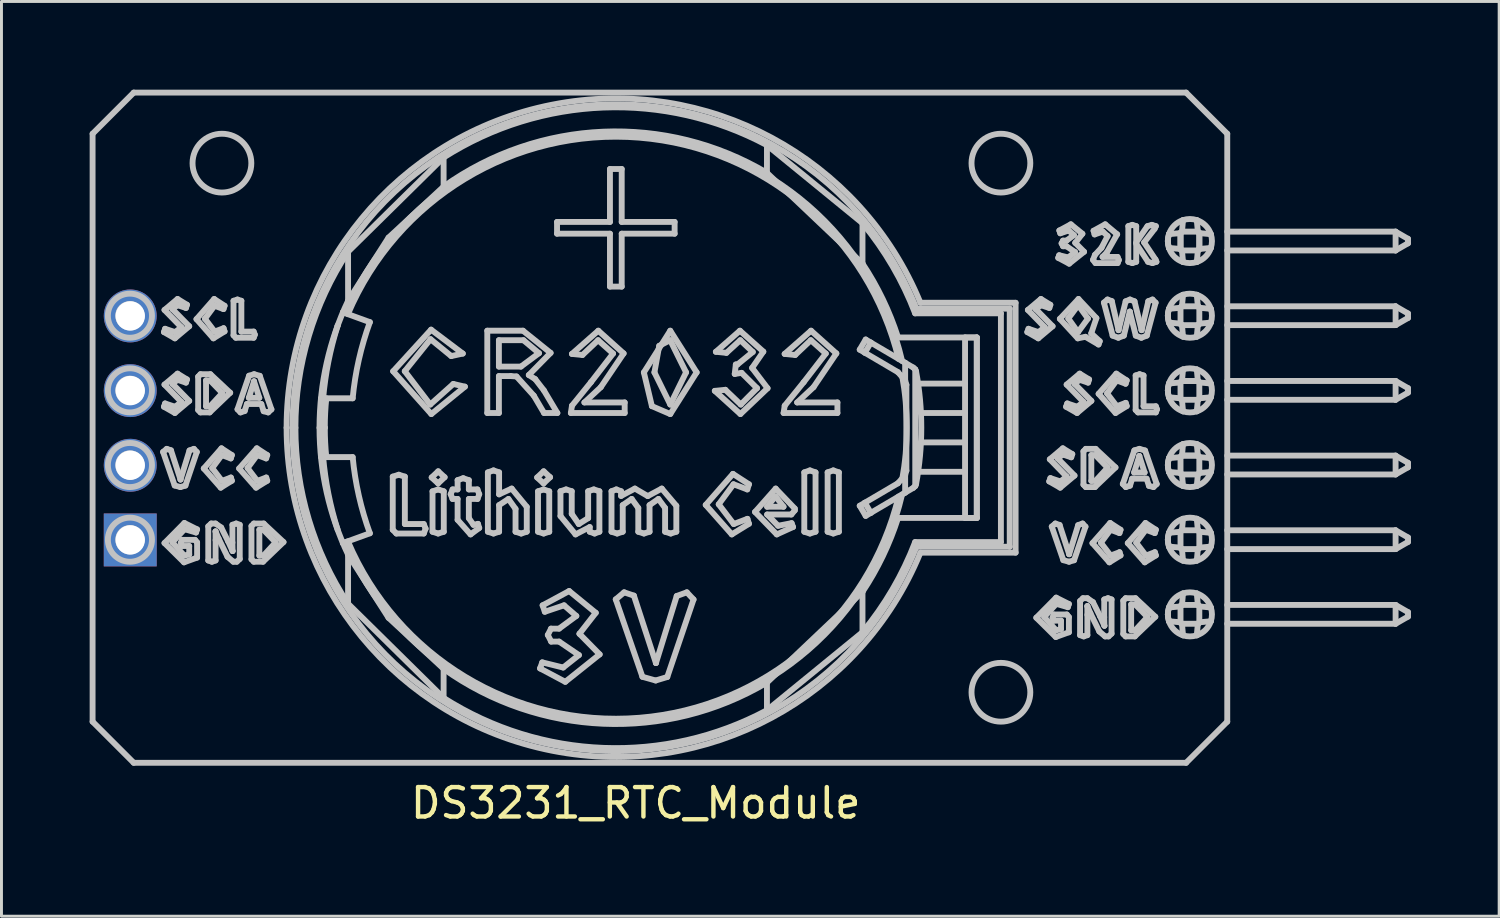
<source format=kicad_pcb>
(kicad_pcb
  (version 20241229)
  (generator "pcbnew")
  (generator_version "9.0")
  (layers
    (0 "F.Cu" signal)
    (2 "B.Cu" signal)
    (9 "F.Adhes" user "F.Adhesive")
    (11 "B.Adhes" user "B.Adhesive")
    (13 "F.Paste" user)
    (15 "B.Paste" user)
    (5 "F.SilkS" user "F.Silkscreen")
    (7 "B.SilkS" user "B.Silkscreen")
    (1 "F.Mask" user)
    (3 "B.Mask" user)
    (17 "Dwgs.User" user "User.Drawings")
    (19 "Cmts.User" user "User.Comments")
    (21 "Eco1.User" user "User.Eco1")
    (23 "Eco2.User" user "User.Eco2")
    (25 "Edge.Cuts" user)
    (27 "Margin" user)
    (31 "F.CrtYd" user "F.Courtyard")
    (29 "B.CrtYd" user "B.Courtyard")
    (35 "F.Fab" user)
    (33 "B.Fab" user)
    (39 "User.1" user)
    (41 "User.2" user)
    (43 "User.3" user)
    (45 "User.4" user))
  (footprint "DS3231_RTC_Module"
    (layer "F.Cu")
    (at 18.145 10.746)
    (property "Reference" "DS3231_RTC_Module" (at 0.432 13.525 0) (layer "F.SilkS") (effects (font (size 1 1) (thickness 0.15))))
    (attr through_hole)
    (fp_line (start -18.045 10.754) (end -18.045 -9.246) (stroke (width 0.2) (type solid)) (layer "Dwgs.User"))
    (fp_line (start -18.045 10.754) (end -16.645 12.154) (stroke (width 0.2) (type solid)) (layer "Dwgs.User"))
    (fp_line (start -16.645 -10.646) (end -18.045 -9.246) (stroke (width 0.2) (type solid)) (layer "Dwgs.User"))
    (fp_line (start -16.645 -10.646) (end 19.155 -10.646) (stroke (width 0.2) (type solid)) (layer "Dwgs.User"))
    (fp_line (start -15.647 1.578) (end -15.523 1.474) (stroke (width 0.2) (type solid)) (layer "Dwgs.User"))
    (fp_line (start -15.618 -2.499) (end -15.579 -2.611) (stroke (width 0.2) (type solid)) (layer "Dwgs.User"))
    (fp_line (start -15.618 0.041) (end -15.579 -0.071) (stroke (width 0.2) (type solid)) (layer "Dwgs.User"))
    (fp_line (start -15.599 -3.252) (end -15.155 -3.625) (stroke (width 0.2) (type solid)) (layer "Dwgs.User"))
    (fp_line (start -15.599 -0.712) (end -15.155 -1.085) (stroke (width 0.2) (type solid)) (layer "Dwgs.User"))
    (fp_line (start -15.599 4.678) (end -14.923 3.995) (stroke (width 0.2) (type solid)) (layer "Dwgs.User"))
    (fp_line (start -15.579 -2.611) (end -15.238 -2.497) (stroke (width 0.2) (type solid)) (layer "Dwgs.User"))
    (fp_line (start -15.579 -0.071) (end -15.238 0.043) (stroke (width 0.2) (type solid)) (layer "Dwgs.User"))
    (fp_line (start -15.523 1.474) (end -15.379 1.523) (stroke (width 0.2) (type solid)) (layer "Dwgs.User"))
    (fp_line (start -15.379 1.523) (end -15.055 2.517) (stroke (width 0.2) (type solid)) (layer "Dwgs.User"))
    (fp_line (start -15.331 -3.281) (end -14.758 -2.697) (stroke (width 0.2) (type solid)) (layer "Dwgs.User"))
    (fp_line (start -15.331 -0.741) (end -14.758 -0.157) (stroke (width 0.2) (type solid)) (layer "Dwgs.User"))
    (fp_line (start -15.331 4.655) (end -14.926 5.104) (stroke (width 0.2) (type solid)) (layer "Dwgs.User"))
    (fp_line (start -15.253 2.72) (end -15.647 1.578) (stroke (width 0.2) (type solid)) (layer "Dwgs.User"))
    (fp_line (start -15.246 -2.286) (end -15.618 -2.499) (stroke (width 0.2) (type solid)) (layer "Dwgs.User"))
    (fp_line (start -15.246 0.254) (end -15.618 0.041) (stroke (width 0.2) (type solid)) (layer "Dwgs.User"))
    (fp_line (start -15.238 -2.497) (end -15.025 -2.663) (stroke (width 0.2) (type solid)) (layer "Dwgs.User"))
    (fp_line (start -15.238 0.043) (end -15.025 -0.123) (stroke (width 0.2) (type solid)) (layer "Dwgs.User"))
    (fp_line (start -15.155 -3.625) (end -14.834 -3.428) (stroke (width 0.2) (type solid)) (layer "Dwgs.User"))
    (fp_line (start -15.155 -1.085) (end -14.834 -0.888) (stroke (width 0.2) (type solid)) (layer "Dwgs.User"))
    (fp_line (start -15.154 -3.414) (end -15.331 -3.281) (stroke (width 0.2) (type solid)) (layer "Dwgs.User"))
    (fp_line (start -15.154 -0.874) (end -15.331 -0.741) (stroke (width 0.2) (type solid)) (layer "Dwgs.User"))
    (fp_line (start -15.059 2.774) (end -15.253 2.72) (stroke (width 0.2) (type solid)) (layer "Dwgs.User"))
    (fp_line (start -15.055 2.517) (end -15.054 2.517) (stroke (width 0.2) (type solid)) (layer "Dwgs.User"))
    (fp_line (start -15.054 2.517) (end -14.748 1.528) (stroke (width 0.2) (type solid)) (layer "Dwgs.User"))
    (fp_line (start -15.045 4.675) (end -15.006 4.569) (stroke (width 0.2) (type solid)) (layer "Dwgs.User"))
    (fp_line (start -15.025 -2.663) (end -15.599 -3.252) (stroke (width 0.2) (type solid)) (layer "Dwgs.User"))
    (fp_line (start -15.025 -0.123) (end -15.599 -0.712) (stroke (width 0.2) (type solid)) (layer "Dwgs.User"))
    (fp_line (start -15.006 4.569) (end -14.561 4.569) (stroke (width 0.2) (type solid)) (layer "Dwgs.User"))
    (fp_line (start -15.006 4.779) (end -15.045 4.675) (stroke (width 0.2) (type solid)) (layer "Dwgs.User"))
    (fp_line (start -14.935 5.334) (end -15.599 4.678) (stroke (width 0.2) (type solid)) (layer "Dwgs.User"))
    (fp_line (start -14.926 5.104) (end -14.758 5.066) (stroke (width 0.2) (type solid)) (layer "Dwgs.User"))
    (fp_line (start -14.923 3.995) (end -14.49 4.212) (stroke (width 0.2) (type solid)) (layer "Dwgs.User"))
    (fp_line (start -14.917 4.206) (end -15.331 4.655) (stroke (width 0.2) (type solid)) (layer "Dwgs.User"))
    (fp_line (start -14.887 2.723) (end -15.059 2.774) (stroke (width 0.2) (type solid)) (layer "Dwgs.User"))
    (fp_line (start -14.869 -3.319) (end -15.154 -3.414) (stroke (width 0.2) (type solid)) (layer "Dwgs.User"))
    (fp_line (start -14.869 -0.779) (end -15.154 -0.874) (stroke (width 0.2) (type solid)) (layer "Dwgs.User"))
    (fp_line (start -14.834 -3.428) (end -14.869 -3.319) (stroke (width 0.2) (type solid)) (layer "Dwgs.User"))
    (fp_line (start -14.834 -0.888) (end -14.869 -0.779) (stroke (width 0.2) (type solid)) (layer "Dwgs.User"))
    (fp_line (start -14.758 -2.697) (end -15.246 -2.286) (stroke (width 0.2) (type solid)) (layer "Dwgs.User"))
    (fp_line (start -14.758 -0.157) (end -15.246 0.254) (stroke (width 0.2) (type solid)) (layer "Dwgs.User"))
    (fp_line (start -14.758 4.779) (end -15.006 4.779) (stroke (width 0.2) (type solid)) (layer "Dwgs.User"))
    (fp_line (start -14.758 5.066) (end -14.758 4.779) (stroke (width 0.2) (type solid)) (layer "Dwgs.User"))
    (fp_line (start -14.748 1.528) (end -14.599 1.474) (stroke (width 0.2) (type solid)) (layer "Dwgs.User"))
    (fp_line (start -14.599 1.474) (end -14.5 1.58) (stroke (width 0.2) (type solid)) (layer "Dwgs.User"))
    (fp_line (start -14.561 4.569) (end -14.49 4.654) (stroke (width 0.2) (type solid)) (layer "Dwgs.User"))
    (fp_line (start -14.526 4.32) (end -14.917 4.206) (stroke (width 0.2) (type solid)) (layer "Dwgs.User"))
    (fp_line (start -14.511 -2.939) (end -13.909 -3.625) (stroke (width 0.2) (type solid)) (layer "Dwgs.User"))
    (fp_line (start -14.5 1.58) (end -14.887 2.723) (stroke (width 0.2) (type solid)) (layer "Dwgs.User"))
    (fp_line (start -14.49 4.212) (end -14.526 4.32) (stroke (width 0.2) (type solid)) (layer "Dwgs.User"))
    (fp_line (start -14.49 4.654) (end -14.49 5.173) (stroke (width 0.2) (type solid)) (layer "Dwgs.User"))
    (fp_line (start -14.49 5.173) (end -14.935 5.334) (stroke (width 0.2) (type solid)) (layer "Dwgs.User"))
    (fp_line (start -14.454 -0.982) (end -14.375 -1.066) (stroke (width 0.2) (type solid)) (layer "Dwgs.User"))
    (fp_line (start -14.454 0.151) (end -14.454 -0.982) (stroke (width 0.2) (type solid)) (layer "Dwgs.User"))
    (fp_line (start -14.375 -1.066) (end -14.038 -1.066) (stroke (width 0.2) (type solid)) (layer "Dwgs.User"))
    (fp_line (start -14.375 0.234) (end -14.454 0.151) (stroke (width 0.2) (type solid)) (layer "Dwgs.User"))
    (fp_line (start -14.263 2.141) (end -13.661 1.455) (stroke (width 0.2) (type solid)) (layer "Dwgs.User"))
    (fp_line (start -14.224 -2.952) (end -13.892 -2.516) (stroke (width 0.2) (type solid)) (layer "Dwgs.User"))
    (fp_line (start -14.186 -0.855) (end -14.186 0.024) (stroke (width 0.2) (type solid)) (layer "Dwgs.User"))
    (fp_line (start -14.186 0.024) (end -14.046 0.024) (stroke (width 0.2) (type solid)) (layer "Dwgs.User"))
    (fp_line (start -14.11 4.109) (end -14.01 4.014) (stroke (width 0.2) (type solid)) (layer "Dwgs.User"))
    (fp_line (start -14.11 5.271) (end -14.11 4.109) (stroke (width 0.2) (type solid)) (layer "Dwgs.User"))
    (fp_line (start -14.062 0.234) (end -14.375 0.234) (stroke (width 0.2) (type solid)) (layer "Dwgs.User"))
    (fp_line (start -14.05 -0.855) (end -14.186 -0.855) (stroke (width 0.2) (type solid)) (layer "Dwgs.User"))
    (fp_line (start -14.046 0.024) (end -13.632 -0.425) (stroke (width 0.2) (type solid)) (layer "Dwgs.User"))
    (fp_line (start -14.038 -1.066) (end -13.364 -0.435) (stroke (width 0.2) (type solid)) (layer "Dwgs.User"))
    (fp_line (start -14.01 4.014) (end -13.863 4.014) (stroke (width 0.2) (type solid)) (layer "Dwgs.User"))
    (fp_line (start -13.987 5.314) (end -14.11 5.271) (stroke (width 0.2) (type solid)) (layer "Dwgs.User"))
    (fp_line (start -13.976 2.128) (end -13.644 2.564) (stroke (width 0.2) (type solid)) (layer "Dwgs.User"))
    (fp_line (start -13.935 -2.286) (end -14.511 -2.939) (stroke (width 0.2) (type solid)) (layer "Dwgs.User"))
    (fp_line (start -13.909 -3.625) (end -13.555 -3.394) (stroke (width 0.2) (type solid)) (layer "Dwgs.User"))
    (fp_line (start -13.897 -3.395) (end -14.224 -2.952) (stroke (width 0.2) (type solid)) (layer "Dwgs.User"))
    (fp_line (start -13.892 -2.516) (end -13.589 -2.631) (stroke (width 0.2) (type solid)) (layer "Dwgs.User"))
    (fp_line (start -13.863 4.282) (end -13.861 4.579) (stroke (width 0.2) (type solid)) (layer "Dwgs.User"))
    (fp_line (start -13.863 4.014) (end -13.67 4.149) (stroke (width 0.2) (type solid)) (layer "Dwgs.User"))
    (fp_line (start -13.861 4.282) (end -13.863 4.282) (stroke (width 0.2) (type solid)) (layer "Dwgs.User"))
    (fp_line (start -13.861 4.579) (end -13.861 5.271) (stroke (width 0.2) (type solid)) (layer "Dwgs.User"))
    (fp_line (start -13.861 5.271) (end -13.987 5.314) (stroke (width 0.2) (type solid)) (layer "Dwgs.User"))
    (fp_line (start -13.758 4.526) (end -13.861 4.282) (stroke (width 0.2) (type solid)) (layer "Dwgs.User"))
    (fp_line (start -13.686 2.794) (end -14.263 2.141) (stroke (width 0.2) (type solid)) (layer "Dwgs.User"))
    (fp_line (start -13.67 4.149) (end -13.434 4.622) (stroke (width 0.2) (type solid)) (layer "Dwgs.User"))
    (fp_line (start -13.661 1.455) (end -13.307 1.686) (stroke (width 0.2) (type solid)) (layer "Dwgs.User"))
    (fp_line (start -13.649 1.685) (end -13.976 2.128) (stroke (width 0.2) (type solid)) (layer "Dwgs.User"))
    (fp_line (start -13.644 2.564) (end -13.34 2.449) (stroke (width 0.2) (type solid)) (layer "Dwgs.User"))
    (fp_line (start -13.632 -0.425) (end -14.05 -0.855) (stroke (width 0.2) (type solid)) (layer "Dwgs.User"))
    (fp_line (start -13.592 -3.281) (end -13.897 -3.395) (stroke (width 0.2) (type solid)) (layer "Dwgs.User"))
    (fp_line (start -13.589 -2.631) (end -13.555 -2.522) (stroke (width 0.2) (type solid)) (layer "Dwgs.User"))
    (fp_line (start -13.555 -3.394) (end -13.592 -3.281) (stroke (width 0.2) (type solid)) (layer "Dwgs.User"))
    (fp_line (start -13.555 -2.522) (end -13.935 -2.286) (stroke (width 0.2) (type solid)) (layer "Dwgs.User"))
    (fp_line (start -13.455 5.146) (end -13.758 4.526) (stroke (width 0.2) (type solid)) (layer "Dwgs.User"))
    (fp_line (start -13.434 4.622) (end -13.283 4.951) (stroke (width 0.2) (type solid)) (layer "Dwgs.User"))
    (fp_line (start -13.364 -0.435) (end -14.062 0.234) (stroke (width 0.2) (type solid)) (layer "Dwgs.User"))
    (fp_line (start -13.344 1.799) (end -13.649 1.685) (stroke (width 0.2) (type solid)) (layer "Dwgs.User"))
    (fp_line (start -13.34 2.449) (end -13.307 2.558) (stroke (width 0.2) (type solid)) (layer "Dwgs.User"))
    (fp_line (start -13.307 1.686) (end -13.344 1.799) (stroke (width 0.2) (type solid)) (layer "Dwgs.User"))
    (fp_line (start -13.307 2.558) (end -13.686 2.794) (stroke (width 0.2) (type solid)) (layer "Dwgs.User"))
    (fp_line (start -13.288 4.057) (end -13.16 4.014) (stroke (width 0.2) (type solid)) (layer "Dwgs.User"))
    (fp_line (start -13.288 4.661) (end -13.288 4.057) (stroke (width 0.2) (type solid)) (layer "Dwgs.User"))
    (fp_line (start -13.283 4.951) (end -13.282 4.951) (stroke (width 0.2) (type solid)) (layer "Dwgs.User"))
    (fp_line (start -13.282 4.951) (end -13.288 4.661) (stroke (width 0.2) (type solid)) (layer "Dwgs.User"))
    (fp_line (start -13.257 5.314) (end -13.455 5.146) (stroke (width 0.2) (type solid)) (layer "Dwgs.User"))
    (fp_line (start -13.251 -3.563) (end -13.117 -3.606) (stroke (width 0.2) (type solid)) (layer "Dwgs.User"))
    (fp_line (start -13.251 -2.389) (end -13.251 -3.563) (stroke (width 0.2) (type solid)) (layer "Dwgs.User"))
    (fp_line (start -13.172 -2.306) (end -13.251 -2.389) (stroke (width 0.2) (type solid)) (layer "Dwgs.User"))
    (fp_line (start -13.16 4.014) (end -13.039 4.057) (stroke (width 0.2) (type solid)) (layer "Dwgs.User"))
    (fp_line (start -13.141 5.314) (end -13.257 5.314) (stroke (width 0.2) (type solid)) (layer "Dwgs.User"))
    (fp_line (start -13.117 -3.606) (end -12.984 -3.563) (stroke (width 0.2) (type solid)) (layer "Dwgs.User"))
    (fp_line (start -13.115 0.129) (end -12.722 -1.014) (stroke (width 0.2) (type solid)) (layer "Dwgs.User"))
    (fp_line (start -13.06 2.141) (end -12.458 1.455) (stroke (width 0.2) (type solid)) (layer "Dwgs.User"))
    (fp_line (start -13.039 4.057) (end -13.039 5.22) (stroke (width 0.2) (type solid)) (layer "Dwgs.User"))
    (fp_line (start -13.039 5.22) (end -13.141 5.314) (stroke (width 0.2) (type solid)) (layer "Dwgs.User"))
    (fp_line (start -13.014 0.234) (end -13.115 0.129) (stroke (width 0.2) (type solid)) (layer "Dwgs.User"))
    (fp_line (start -12.984 -3.563) (end -12.984 -2.516) (stroke (width 0.2) (type solid)) (layer "Dwgs.User"))
    (fp_line (start -12.984 -2.516) (end -12.566 -2.516) (stroke (width 0.2) (type solid)) (layer "Dwgs.User"))
    (fp_line (start -12.871 0.187) (end -13.014 0.234) (stroke (width 0.2) (type solid)) (layer "Dwgs.User"))
    (fp_line (start -12.796 -0.052) (end -12.871 0.187) (stroke (width 0.2) (type solid)) (layer "Dwgs.User"))
    (fp_line (start -12.773 2.128) (end -12.441 2.564) (stroke (width 0.2) (type solid)) (layer "Dwgs.User"))
    (fp_line (start -12.73 -0.263) (end -12.373 -0.263) (stroke (width 0.2) (type solid)) (layer "Dwgs.User"))
    (fp_line (start -12.722 -1.014) (end -12.551 -1.066) (stroke (width 0.2) (type solid)) (layer "Dwgs.User"))
    (fp_line (start -12.64 4.098) (end -12.56 4.014) (stroke (width 0.2) (type solid)) (layer "Dwgs.User"))
    (fp_line (start -12.64 5.231) (end -12.64 4.098) (stroke (width 0.2) (type solid)) (layer "Dwgs.User"))
    (fp_line (start -12.566 -2.516) (end -12.525 -2.412) (stroke (width 0.2) (type solid)) (layer "Dwgs.User"))
    (fp_line (start -12.566 -2.306) (end -13.172 -2.306) (stroke (width 0.2) (type solid)) (layer "Dwgs.User"))
    (fp_line (start -12.56 4.014) (end -12.224 4.014) (stroke (width 0.2) (type solid)) (layer "Dwgs.User"))
    (fp_line (start -12.56 5.314) (end -12.64 5.231) (stroke (width 0.2) (type solid)) (layer "Dwgs.User"))
    (fp_line (start -12.554 -0.823) (end -12.73 -0.263) (stroke (width 0.2) (type solid)) (layer "Dwgs.User"))
    (fp_line (start -12.553 -0.823) (end -12.554 -0.823) (stroke (width 0.2) (type solid)) (layer "Dwgs.User"))
    (fp_line (start -12.551 -1.066) (end -12.358 -1.011) (stroke (width 0.2) (type solid)) (layer "Dwgs.User"))
    (fp_line (start -12.525 -2.412) (end -12.566 -2.306) (stroke (width 0.2) (type solid)) (layer "Dwgs.User"))
    (fp_line (start -12.484 2.794) (end -13.06 2.141) (stroke (width 0.2) (type solid)) (layer "Dwgs.User"))
    (fp_line (start -12.458 1.455) (end -12.104 1.686) (stroke (width 0.2) (type solid)) (layer "Dwgs.User"))
    (fp_line (start -12.446 1.685) (end -12.773 2.128) (stroke (width 0.2) (type solid)) (layer "Dwgs.User"))
    (fp_line (start -12.441 2.564) (end -12.138 2.449) (stroke (width 0.2) (type solid)) (layer "Dwgs.User"))
    (fp_line (start -12.373 -0.263) (end -12.553 -0.823) (stroke (width 0.2) (type solid)) (layer "Dwgs.User"))
    (fp_line (start -12.372 4.225) (end -12.372 5.104) (stroke (width 0.2) (type solid)) (layer "Dwgs.User"))
    (fp_line (start -12.372 5.104) (end -12.231 5.104) (stroke (width 0.2) (type solid)) (layer "Dwgs.User"))
    (fp_line (start -12.358 -1.011) (end -11.961 0.131) (stroke (width 0.2) (type solid)) (layer "Dwgs.User"))
    (fp_line (start -12.305 -0.052) (end -12.796 -0.052) (stroke (width 0.2) (type solid)) (layer "Dwgs.User"))
    (fp_line (start -12.247 5.314) (end -12.56 5.314) (stroke (width 0.2) (type solid)) (layer "Dwgs.User"))
    (fp_line (start -12.236 4.225) (end -12.372 4.225) (stroke (width 0.2) (type solid)) (layer "Dwgs.User"))
    (fp_line (start -12.231 5.104) (end -11.817 4.655) (stroke (width 0.2) (type solid)) (layer "Dwgs.User"))
    (fp_line (start -12.226 0.194) (end -12.305 -0.052) (stroke (width 0.2) (type solid)) (layer "Dwgs.User"))
    (fp_line (start -12.224 4.014) (end -11.55 4.645) (stroke (width 0.2) (type solid)) (layer "Dwgs.User"))
    (fp_line (start -12.141 1.799) (end -12.446 1.685) (stroke (width 0.2) (type solid)) (layer "Dwgs.User"))
    (fp_line (start -12.138 2.449) (end -12.104 2.558) (stroke (width 0.2) (type solid)) (layer "Dwgs.User"))
    (fp_line (start -12.104 1.686) (end -12.141 1.799) (stroke (width 0.2) (type solid)) (layer "Dwgs.User"))
    (fp_line (start -12.104 2.558) (end -12.484 2.794) (stroke (width 0.2) (type solid)) (layer "Dwgs.User"))
    (fp_line (start -12.071 0.234) (end -12.226 0.194) (stroke (width 0.2) (type solid)) (layer "Dwgs.User"))
    (fp_line (start -11.961 0.131) (end -12.071 0.234) (stroke (width 0.2) (type solid)) (layer "Dwgs.User"))
    (fp_line (start -11.817 4.655) (end -12.236 4.225) (stroke (width 0.2) (type solid)) (layer "Dwgs.User"))
    (fp_line (start -11.55 4.645) (end -12.247 5.314) (stroke (width 0.2) (type solid)) (layer "Dwgs.User"))
    (fp_line (start -10.276 1.754) (end -10.202 1.754) (stroke (width 0.2) (type solid)) (layer "Dwgs.User"))
    (fp_line (start -10.245 0.754) (end -10.145 0.754) (stroke (width 0.2) (type solid)) (layer "Dwgs.User"))
    (fp_line (start -10.202 -0.246) (end -10.276 -0.246) (stroke (width 0.2) (type solid)) (layer "Dwgs.User"))
    (fp_line (start -10.202 -0.246) (end -9.198 -0.246) (stroke (width 0.2) (type solid)) (layer "Dwgs.User"))
    (fp_line (start -9.709 -2.717) (end -9.71 -2.714) (stroke (width 0.2) (type solid)) (layer "Dwgs.User"))
    (fp_line (start -9.533 4.672) (end -9.53 4.68) (stroke (width 0.2) (type solid)) (layer "Dwgs.User"))
    (fp_line (start -9.53 -3.171) (end -9.531 -3.168) (stroke (width 0.2) (type solid)) (layer "Dwgs.User"))
    (fp_line (start -9.53 -3.171) (end -8.612 -2.837) (stroke (width 0.2) (type solid)) (layer "Dwgs.User"))
    (fp_line (start -9.53 4.68) (end -8.612 4.346) (stroke (width 0.2) (type solid)) (layer "Dwgs.User"))
    (fp_line (start -9.354 -5.232) (end -6.104 -8.437) (stroke (width 0.2) (type solid)) (layer "Dwgs.User"))
    (fp_line (start -9.354 -3.562) (end -9.354 -5.232) (stroke (width 0.2) (type solid)) (layer "Dwgs.User"))
    (fp_line (start -9.354 -3.562) (end -7.977 -5.713) (stroke (width 0.2) (type solid)) (layer "Dwgs.User"))
    (fp_line (start -9.354 6.741) (end -9.354 5.071) (stroke (width 0.2) (type solid)) (layer "Dwgs.User"))
    (fp_line (start -9.198 1.754) (end -10.202 1.754) (stroke (width 0.2) (type solid)) (layer "Dwgs.User"))
    (fp_line (start -7.977 -5.713) (end -6.104 -7.448) (stroke (width 0.2) (type solid)) (layer "Dwgs.User"))
    (fp_line (start -7.977 7.222) (end -9.354 5.071) (stroke (width 0.2) (type solid)) (layer "Dwgs.User"))
    (fp_line (start -7.834 2.419) (end -7.628 2.354) (stroke (width 0.2) (type solid)) (layer "Dwgs.User"))
    (fp_line (start -7.834 4.227) (end -7.834 2.419) (stroke (width 0.2) (type solid)) (layer "Dwgs.User"))
    (fp_line (start -7.82 -1.166) (end -6.53 -2.581) (stroke (width 0.2) (type solid)) (layer "Dwgs.User"))
    (fp_line (start -7.711 4.354) (end -7.834 4.227) (stroke (width 0.2) (type solid)) (layer "Dwgs.User"))
    (fp_line (start -7.628 2.354) (end -7.422 2.419) (stroke (width 0.2) (type solid)) (layer "Dwgs.User"))
    (fp_line (start -7.425 -1.168) (end -6.559 -0.033) (stroke (width 0.2) (type solid)) (layer "Dwgs.User"))
    (fp_line (start -7.422 2.419) (end -7.422 4.031) (stroke (width 0.2) (type solid)) (layer "Dwgs.User"))
    (fp_line (start -7.422 4.031) (end -6.779 4.031) (stroke (width 0.2) (type solid)) (layer "Dwgs.User"))
    (fp_line (start -6.779 4.031) (end -6.716 4.19) (stroke (width 0.2) (type solid)) (layer "Dwgs.User"))
    (fp_line (start -6.779 4.354) (end -7.711 4.354) (stroke (width 0.2) (type solid)) (layer "Dwgs.User"))
    (fp_line (start -6.716 4.19) (end -6.779 4.354) (stroke (width 0.2) (type solid)) (layer "Dwgs.User"))
    (fp_line (start -6.559 -0.033) (end -5.774 -0.734) (stroke (width 0.2) (type solid)) (layer "Dwgs.User"))
    (fp_line (start -6.549 -2.258) (end -7.425 -1.168) (stroke (width 0.2) (type solid)) (layer "Dwgs.User"))
    (fp_line (start -6.53 -2.581) (end -5.451 -1.768) (stroke (width 0.2) (type solid)) (layer "Dwgs.User"))
    (fp_line (start -6.522 0.29) (end -7.82 -1.166) (stroke (width 0.2) (type solid)) (layer "Dwgs.User"))
    (fp_line (start -6.51 2.447) (end -6.288 2.237) (stroke (width 0.2) (type solid)) (layer "Dwgs.User"))
    (fp_line (start -6.481 2.919) (end -6.29 2.854) (stroke (width 0.2) (type solid)) (layer "Dwgs.User"))
    (fp_line (start -6.481 4.293) (end -6.481 2.919) (stroke (width 0.2) (type solid)) (layer "Dwgs.User"))
    (fp_line (start -6.291 2.649) (end -6.51 2.447) (stroke (width 0.2) (type solid)) (layer "Dwgs.User"))
    (fp_line (start -6.29 2.854) (end -6.098 2.919) (stroke (width 0.2) (type solid)) (layer "Dwgs.User"))
    (fp_line (start -6.29 4.354) (end -6.481 4.293) (stroke (width 0.2) (type solid)) (layer "Dwgs.User"))
    (fp_line (start -6.288 2.237) (end -6.069 2.439) (stroke (width 0.2) (type solid)) (layer "Dwgs.User"))
    (fp_line (start -6.104 -7.448) (end -6.104 -8.437) (stroke (width 0.2) (type solid)) (layer "Dwgs.User"))
    (fp_line (start -6.104 8.957) (end -7.977 7.222) (stroke (width 0.2) (type solid)) (layer "Dwgs.User"))
    (fp_line (start -6.104 9.946) (end -9.354 6.741) (stroke (width 0.2) (type solid)) (layer "Dwgs.User"))
    (fp_line (start -6.104 9.946) (end -6.104 8.957) (stroke (width 0.2) (type solid)) (layer "Dwgs.User"))
    (fp_line (start -6.098 2.919) (end -6.098 4.293) (stroke (width 0.2) (type solid)) (layer "Dwgs.User"))
    (fp_line (start -6.098 4.293) (end -6.29 4.354) (stroke (width 0.2) (type solid)) (layer "Dwgs.User"))
    (fp_line (start -6.069 2.439) (end -6.291 2.649) (stroke (width 0.2) (type solid)) (layer "Dwgs.User"))
    (fp_line (start -5.863 3.016) (end -5.799 2.854) (stroke (width 0.2) (type solid)) (layer "Dwgs.User"))
    (fp_line (start -5.845 -1.683) (end -6.549 -2.258) (stroke (width 0.2) (type solid)) (layer "Dwgs.User"))
    (fp_line (start -5.8 3.178) (end -5.863 3.016) (stroke (width 0.2) (type solid)) (layer "Dwgs.User"))
    (fp_line (start -5.799 2.854) (end -5.628 2.854) (stroke (width 0.2) (type solid)) (layer "Dwgs.User"))
    (fp_line (start -5.774 -0.734) (end -5.379 -0.642) (stroke (width 0.2) (type solid)) (layer "Dwgs.User"))
    (fp_line (start -5.628 2.539) (end -5.438 2.472) (stroke (width 0.2) (type solid)) (layer "Dwgs.User"))
    (fp_line (start -5.628 2.854) (end -5.628 2.539) (stroke (width 0.2) (type solid)) (layer "Dwgs.User"))
    (fp_line (start -5.628 3.178) (end -5.8 3.178) (stroke (width 0.2) (type solid)) (layer "Dwgs.User"))
    (fp_line (start -5.628 3.888) (end -5.628 3.178) (stroke (width 0.2) (type solid)) (layer "Dwgs.User"))
    (fp_line (start -5.451 -1.768) (end -5.845 -1.683) (stroke (width 0.2) (type solid)) (layer "Dwgs.User"))
    (fp_line (start -5.438 2.472) (end -5.245 2.539) (stroke (width 0.2) (type solid)) (layer "Dwgs.User"))
    (fp_line (start -5.379 -0.642) (end -6.522 0.29) (stroke (width 0.2) (type solid)) (layer "Dwgs.User"))
    (fp_line (start -5.245 2.539) (end -5.245 2.854) (stroke (width 0.2) (type solid)) (layer "Dwgs.User"))
    (fp_line (start -5.245 2.854) (end -4.953 2.854) (stroke (width 0.2) (type solid)) (layer "Dwgs.User"))
    (fp_line (start -5.245 3.178) (end -5.245 3.832) (stroke (width 0.2) (type solid)) (layer "Dwgs.User"))
    (fp_line (start -5.245 3.832) (end -5.087 4.06) (stroke (width 0.2) (type solid)) (layer "Dwgs.User"))
    (fp_line (start -5.187 4.384) (end -5.628 3.888) (stroke (width 0.2) (type solid)) (layer "Dwgs.User"))
    (fp_line (start -5.087 4.06) (end -4.935 4.025) (stroke (width 0.2) (type solid)) (layer "Dwgs.User"))
    (fp_line (start -4.953 2.854) (end -4.892 3.016) (stroke (width 0.2) (type solid)) (layer "Dwgs.User"))
    (fp_line (start -4.951 3.178) (end -5.245 3.178) (stroke (width 0.2) (type solid)) (layer "Dwgs.User"))
    (fp_line (start -4.935 4.025) (end -4.892 4.166) (stroke (width 0.2) (type solid)) (layer "Dwgs.User"))
    (fp_line (start -4.892 3.016) (end -4.951 3.178) (stroke (width 0.2) (type solid)) (layer "Dwgs.User"))
    (fp_line (start -4.892 4.166) (end -5.187 4.384) (stroke (width 0.2) (type solid)) (layer "Dwgs.User"))
    (fp_line (start -4.618 -2.546) (end -3.403 -2.546) (stroke (width 0.2) (type solid)) (layer "Dwgs.User"))
    (fp_line (start -4.618 0.254) (end -4.618 -2.546) (stroke (width 0.2) (type solid)) (layer "Dwgs.User"))
    (fp_line (start -4.598 2.274) (end -4.407 2.207) (stroke (width 0.2) (type solid)) (layer "Dwgs.User"))
    (fp_line (start -4.598 4.293) (end -4.598 2.274) (stroke (width 0.2) (type solid)) (layer "Dwgs.User"))
    (fp_line (start -4.407 2.207) (end -4.216 2.273) (stroke (width 0.2) (type solid)) (layer "Dwgs.User"))
    (fp_line (start -4.407 4.354) (end -4.598 4.293) (stroke (width 0.2) (type solid)) (layer "Dwgs.User"))
    (fp_line (start -4.223 -2.223) (end -4.223 -1.325) (stroke (width 0.2) (type solid)) (layer "Dwgs.User"))
    (fp_line (start -4.223 -1.325) (end -3.473 -1.325) (stroke (width 0.2) (type solid)) (layer "Dwgs.User"))
    (fp_line (start -4.223 -1.002) (end -4.223 0.254) (stroke (width 0.2) (type solid)) (layer "Dwgs.User"))
    (fp_line (start -4.223 0.254) (end -4.618 0.254) (stroke (width 0.2) (type solid)) (layer "Dwgs.User"))
    (fp_line (start -4.216 2.273) (end -4.216 3.021) (stroke (width 0.2) (type solid)) (layer "Dwgs.User"))
    (fp_line (start -4.216 3.021) (end -3.788 2.825) (stroke (width 0.2) (type solid)) (layer "Dwgs.User"))
    (fp_line (start -4.216 3.387) (end -4.216 4.293) (stroke (width 0.2) (type solid)) (layer "Dwgs.User"))
    (fp_line (start -4.216 4.293) (end -4.407 4.354) (stroke (width 0.2) (type solid)) (layer "Dwgs.User"))
    (fp_line (start -3.898 3.178) (end -4.216 3.387) (stroke (width 0.2) (type solid)) (layer "Dwgs.User"))
    (fp_line (start -3.818 -1.002) (end -4.223 -1.002) (stroke (width 0.2) (type solid)) (layer "Dwgs.User"))
    (fp_line (start -3.788 2.825) (end -3.275 3.447) (stroke (width 0.2) (type solid)) (layer "Dwgs.User"))
    (fp_line (start -3.657 3.516) (end -3.898 3.178) (stroke (width 0.2) (type solid)) (layer "Dwgs.User"))
    (fp_line (start -3.657 4.293) (end -3.657 3.516) (stroke (width 0.2) (type solid)) (layer "Dwgs.User"))
    (fp_line (start -3.624 -0.989) (end -3.818 -1.002) (stroke (width 0.2) (type solid)) (layer "Dwgs.User"))
    (fp_line (start -3.473 -1.325) (end -2.859 -1.782) (stroke (width 0.2) (type solid)) (layer "Dwgs.User"))
    (fp_line (start -3.465 4.354) (end -3.657 4.293) (stroke (width 0.2) (type solid)) (layer "Dwgs.User"))
    (fp_line (start -3.403 -2.546) (end -2.464 -1.791) (stroke (width 0.2) (type solid)) (layer "Dwgs.User"))
    (fp_line (start -3.388 -2.223) (end -4.223 -2.223) (stroke (width 0.2) (type solid)) (layer "Dwgs.User"))
    (fp_line (start -3.275 3.447) (end -3.275 4.292) (stroke (width 0.2) (type solid)) (layer "Dwgs.User"))
    (fp_line (start -3.275 4.292) (end -3.465 4.354) (stroke (width 0.2) (type solid)) (layer "Dwgs.User"))
    (fp_line (start -3.206 -1.038) (end -2.989 -0.9) (stroke (width 0.2) (type solid)) (layer "Dwgs.User"))
    (fp_line (start -3.036 -0.337) (end -3.624 -0.989) (stroke (width 0.2) (type solid)) (layer "Dwgs.User"))
    (fp_line (start -2.989 -0.9) (end -2.694 -0.518) (stroke (width 0.2) (type solid)) (layer "Dwgs.User"))
    (fp_line (start -2.922 2.447) (end -2.7 2.237) (stroke (width 0.2) (type solid)) (layer "Dwgs.User"))
    (fp_line (start -2.892 2.919) (end -2.701 2.854) (stroke (width 0.2) (type solid)) (layer "Dwgs.User"))
    (fp_line (start -2.892 4.293) (end -2.892 2.919) (stroke (width 0.2) (type solid)) (layer "Dwgs.User"))
    (fp_line (start -2.859 -1.782) (end -3.388 -2.223) (stroke (width 0.2) (type solid)) (layer "Dwgs.User"))
    (fp_line (start -2.824 8.943) (end -2.748 8.737) (stroke (width 0.2) (type solid)) (layer "Dwgs.User"))
    (fp_line (start -2.748 8.737) (end -2.036 8.913) (stroke (width 0.2) (type solid)) (layer "Dwgs.User"))
    (fp_line (start -2.736 6.797) (end -1.833 6.31) (stroke (width 0.2) (type solid)) (layer "Dwgs.User"))
    (fp_line (start -2.703 2.649) (end -2.922 2.447) (stroke (width 0.2) (type solid)) (layer "Dwgs.User"))
    (fp_line (start -2.701 2.854) (end -2.51 2.919) (stroke (width 0.2) (type solid)) (layer "Dwgs.User"))
    (fp_line (start -2.701 4.354) (end -2.892 4.293) (stroke (width 0.2) (type solid)) (layer "Dwgs.User"))
    (fp_line (start -2.7 2.237) (end -2.481 2.439) (stroke (width 0.2) (type solid)) (layer "Dwgs.User"))
    (fp_line (start -2.694 -0.518) (end -2.234 0.254) (stroke (width 0.2) (type solid)) (layer "Dwgs.User"))
    (fp_line (start -2.687 0.254) (end -3.036 -0.337) (stroke (width 0.2) (type solid)) (layer "Dwgs.User"))
    (fp_line (start -2.661 7.016) (end -2.736 6.797) (stroke (width 0.2) (type solid)) (layer "Dwgs.User"))
    (fp_line (start -2.559 7.805) (end -2.45 7.59) (stroke (width 0.2) (type solid)) (layer "Dwgs.User"))
    (fp_line (start -2.51 2.919) (end -2.51 4.293) (stroke (width 0.2) (type solid)) (layer "Dwgs.User"))
    (fp_line (start -2.51 4.293) (end -2.701 4.354) (stroke (width 0.2) (type solid)) (layer "Dwgs.User"))
    (fp_line (start -2.481 2.439) (end -2.703 2.649) (stroke (width 0.2) (type solid)) (layer "Dwgs.User"))
    (fp_line (start -2.464 -1.791) (end -3.206 -1.038) (stroke (width 0.2) (type solid)) (layer "Dwgs.User"))
    (fp_line (start -2.45 7.59) (end -2.175 7.59) (stroke (width 0.2) (type solid)) (layer "Dwgs.User"))
    (fp_line (start -2.444 8.031) (end -2.559 7.805) (stroke (width 0.2) (type solid)) (layer "Dwgs.User"))
    (fp_line (start -2.245 -6.246) (end -2.245 -5.846) (stroke (width 0.2) (type solid)) (layer "Dwgs.User"))
    (fp_line (start -2.245 -5.846) (end -0.445 -5.846) (stroke (width 0.2) (type solid)) (layer "Dwgs.User"))
    (fp_line (start -2.234 0.254) (end -2.687 0.254) (stroke (width 0.2) (type solid)) (layer "Dwgs.User"))
    (fp_line (start -2.175 7.59) (end -1.589 7.158) (stroke (width 0.2) (type solid)) (layer "Dwgs.User"))
    (fp_line (start -2.174 8.031) (end -2.444 8.031) (stroke (width 0.2) (type solid)) (layer "Dwgs.User"))
    (fp_line (start -2.128 2.916) (end -1.938 2.854) (stroke (width 0.2) (type solid)) (layer "Dwgs.User"))
    (fp_line (start -2.128 3.761) (end -2.128 2.916) (stroke (width 0.2) (type solid)) (layer "Dwgs.User"))
    (fp_line (start -2.036 8.913) (end -1.501 8.489) (stroke (width 0.2) (type solid)) (layer "Dwgs.User"))
    (fp_line (start -2.007 6.796) (end -2.661 7.016) (stroke (width 0.2) (type solid)) (layer "Dwgs.User"))
    (fp_line (start -1.965 9.399) (end -2.824 8.943) (stroke (width 0.2) (type solid)) (layer "Dwgs.User"))
    (fp_line (start -1.938 2.854) (end -1.745 2.916) (stroke (width 0.2) (type solid)) (layer "Dwgs.User"))
    (fp_line (start -1.833 6.31) (end -0.927 7.051) (stroke (width 0.2) (type solid)) (layer "Dwgs.User"))
    (fp_line (start -1.775 0.254) (end -1.737 0.005) (stroke (width 0.2) (type solid)) (layer "Dwgs.User"))
    (fp_line (start -1.745 2.916) (end -1.745 3.686) (stroke (width 0.2) (type solid)) (layer "Dwgs.User"))
    (fp_line (start -1.745 3.686) (end -1.506 4.031) (stroke (width 0.2) (type solid)) (layer "Dwgs.User"))
    (fp_line (start -1.739 -1.756) (end -0.841 -2.546) (stroke (width 0.2) (type solid)) (layer "Dwgs.User"))
    (fp_line (start -1.737 0.005) (end -1.091 -0.793) (stroke (width 0.2) (type solid)) (layer "Dwgs.User"))
    (fp_line (start -1.616 4.384) (end -2.128 3.761) (stroke (width 0.2) (type solid)) (layer "Dwgs.User"))
    (fp_line (start -1.589 7.158) (end -2.007 6.796) (stroke (width 0.2) (type solid)) (layer "Dwgs.User"))
    (fp_line (start -1.506 4.031) (end -1.187 3.831) (stroke (width 0.2) (type solid)) (layer "Dwgs.User"))
    (fp_line (start -1.501 8.489) (end -2.174 8.031) (stroke (width 0.2) (type solid)) (layer "Dwgs.User"))
    (fp_line (start -1.48 7.761) (end -1.48 7.768) (stroke (width 0.2) (type solid)) (layer "Dwgs.User"))
    (fp_line (start -1.48 7.768) (end -0.795 8.465) (stroke (width 0.2) (type solid)) (layer "Dwgs.User"))
    (fp_line (start -1.38 -1.72) (end -1.739 -1.756) (stroke (width 0.2) (type solid)) (layer "Dwgs.User"))
    (fp_line (start -1.314 -0.105) (end 0.056 -0.105) (stroke (width 0.2) (type solid)) (layer "Dwgs.User"))
    (fp_line (start -1.187 2.916) (end -0.995 2.854) (stroke (width 0.2) (type solid)) (layer "Dwgs.User"))
    (fp_line (start -1.187 3.831) (end -1.187 2.916) (stroke (width 0.2) (type solid)) (layer "Dwgs.User"))
    (fp_line (start -1.133 4.134) (end -1.616 4.384) (stroke (width 0.2) (type solid)) (layer "Dwgs.User"))
    (fp_line (start -1.133 4.293) (end -1.133 4.134) (stroke (width 0.2) (type solid)) (layer "Dwgs.User"))
    (fp_line (start -1.091 -0.793) (end -0.339 -1.769) (stroke (width 0.2) (type solid)) (layer "Dwgs.User"))
    (fp_line (start -0.995 2.854) (end -0.804 2.916) (stroke (width 0.2) (type solid)) (layer "Dwgs.User"))
    (fp_line (start -0.968 4.354) (end -1.133 4.293) (stroke (width 0.2) (type solid)) (layer "Dwgs.User"))
    (fp_line (start -0.927 7.051) (end -1.48 7.761) (stroke (width 0.2) (type solid)) (layer "Dwgs.User"))
    (fp_line (start -0.849 -2.223) (end -1.38 -1.72) (stroke (width 0.2) (type solid)) (layer "Dwgs.User"))
    (fp_line (start -0.841 -2.546) (end 0.02 -1.773) (stroke (width 0.2) (type solid)) (layer "Dwgs.User"))
    (fp_line (start -0.804 2.916) (end -0.804 4.293) (stroke (width 0.2) (type solid)) (layer "Dwgs.User"))
    (fp_line (start -0.804 4.293) (end -0.968 4.354) (stroke (width 0.2) (type solid)) (layer "Dwgs.User"))
    (fp_line (start -0.795 8.465) (end -1.965 9.399) (stroke (width 0.2) (type solid)) (layer "Dwgs.User"))
    (fp_line (start -0.757 -0.624) (end -1.314 -0.105) (stroke (width 0.2) (type solid)) (layer "Dwgs.User"))
    (fp_line (start -0.445 -8.046) (end -0.445 -6.246) (stroke (width 0.2) (type solid)) (layer "Dwgs.User"))
    (fp_line (start -0.445 -6.246) (end -2.245 -6.246) (stroke (width 0.2) (type solid)) (layer "Dwgs.User"))
    (fp_line (start -0.445 -5.846) (end -0.445 -4.046) (stroke (width 0.2) (type solid)) (layer "Dwgs.User"))
    (fp_line (start -0.445 -4.046) (end -0.045 -4.046) (stroke (width 0.2) (type solid)) (layer "Dwgs.User"))
    (fp_line (start -0.392 2.916) (end -0.228 2.854) (stroke (width 0.2) (type solid)) (layer "Dwgs.User"))
    (fp_line (start -0.392 4.293) (end -0.392 2.916) (stroke (width 0.2) (type solid)) (layer "Dwgs.User"))
    (fp_line (start -0.339 -1.769) (end -0.849 -2.223) (stroke (width 0.2) (type solid)) (layer "Dwgs.User"))
    (fp_line (start -0.248 6.594) (end 0.038 6.354) (stroke (width 0.2) (type solid)) (layer "Dwgs.User"))
    (fp_line (start -0.228 2.854) (end -0.066 2.916) (stroke (width 0.2) (type solid)) (layer "Dwgs.User"))
    (fp_line (start -0.201 4.354) (end -0.392 4.293) (stroke (width 0.2) (type solid)) (layer "Dwgs.User"))
    (fp_line (start -0.066 2.916) (end -0.066 3.075) (stroke (width 0.2) (type solid)) (layer "Dwgs.User"))
    (fp_line (start -0.066 3.075) (end 0.404 2.825) (stroke (width 0.2) (type solid)) (layer "Dwgs.User"))
    (fp_line (start -0.045 -8.046) (end -0.445 -8.046) (stroke (width 0.2) (type solid)) (layer "Dwgs.User"))
    (fp_line (start -0.045 -6.246) (end -0.045 -8.046) (stroke (width 0.2) (type solid)) (layer "Dwgs.User"))
    (fp_line (start -0.045 -5.846) (end 1.755 -5.846) (stroke (width 0.2) (type solid)) (layer "Dwgs.User"))
    (fp_line (start -0.045 -4.046) (end -0.045 -5.846) (stroke (width 0.2) (type solid)) (layer "Dwgs.User"))
    (fp_line (start -0.01 3.387) (end -0.01 4.293) (stroke (width 0.2) (type solid)) (layer "Dwgs.User"))
    (fp_line (start -0.01 4.293) (end -0.201 4.354) (stroke (width 0.2) (type solid)) (layer "Dwgs.User"))
    (fp_line (start 0.02 -1.773) (end -0.757 -0.624) (stroke (width 0.2) (type solid)) (layer "Dwgs.User"))
    (fp_line (start 0.038 6.354) (end 0.37 6.467) (stroke (width 0.2) (type solid)) (layer "Dwgs.User"))
    (fp_line (start 0.056 -0.105) (end 0.056 0.254) (stroke (width 0.2) (type solid)) (layer "Dwgs.User"))
    (fp_line (start 0.056 0.254) (end -1.775 0.254) (stroke (width 0.2) (type solid)) (layer "Dwgs.User"))
    (fp_line (start 0.295 3.178) (end -0.01 3.387) (stroke (width 0.2) (type solid)) (layer "Dwgs.User"))
    (fp_line (start 0.37 6.467) (end 1.118 8.76) (stroke (width 0.2) (type solid)) (layer "Dwgs.User"))
    (fp_line (start 0.404 2.825) (end 0.841 3.08) (stroke (width 0.2) (type solid)) (layer "Dwgs.User"))
    (fp_line (start 0.519 3.485) (end 0.295 3.178) (stroke (width 0.2) (type solid)) (layer "Dwgs.User"))
    (fp_line (start 0.519 4.293) (end 0.519 3.485) (stroke (width 0.2) (type solid)) (layer "Dwgs.User"))
    (fp_line (start 0.66 9.228) (end -0.248 6.594) (stroke (width 0.2) (type solid)) (layer "Dwgs.User"))
    (fp_line (start 0.709 -1.127) (end 1.607 -2.546) (stroke (width 0.2) (type solid)) (layer "Dwgs.User"))
    (fp_line (start 0.711 4.354) (end 0.519 4.293) (stroke (width 0.2) (type solid)) (layer "Dwgs.User"))
    (fp_line (start 0.841 3.08) (end 1.318 2.825) (stroke (width 0.2) (type solid)) (layer "Dwgs.User"))
    (fp_line (start 0.902 3.387) (end 0.902 4.293) (stroke (width 0.2) (type solid)) (layer "Dwgs.User"))
    (fp_line (start 0.902 4.293) (end 0.711 4.354) (stroke (width 0.2) (type solid)) (layer "Dwgs.User"))
    (fp_line (start 0.982 0.021) (end 0.709 -1.127) (stroke (width 0.2) (type solid)) (layer "Dwgs.User"))
    (fp_line (start 1.068 -1.128) (end 1.607 -0.033) (stroke (width 0.2) (type solid)) (layer "Dwgs.User"))
    (fp_line (start 1.11 9.354) (end 0.66 9.228) (stroke (width 0.2) (type solid)) (layer "Dwgs.User"))
    (fp_line (start 1.118 8.76) (end 1.12 8.76) (stroke (width 0.2) (type solid)) (layer "Dwgs.User"))
    (fp_line (start 1.12 8.76) (end 1.826 6.479) (stroke (width 0.2) (type solid)) (layer "Dwgs.User"))
    (fp_line (start 1.205 3.178) (end 0.902 3.387) (stroke (width 0.2) (type solid)) (layer "Dwgs.User"))
    (fp_line (start 1.231 -2.031) (end 1.068 -1.128) (stroke (width 0.2) (type solid)) (layer "Dwgs.User"))
    (fp_line (start 1.318 2.825) (end 1.813 3.41) (stroke (width 0.2) (type solid)) (layer "Dwgs.User"))
    (fp_line (start 1.431 3.485) (end 1.205 3.178) (stroke (width 0.2) (type solid)) (layer "Dwgs.User"))
    (fp_line (start 1.431 4.293) (end 1.431 3.485) (stroke (width 0.2) (type solid)) (layer "Dwgs.User"))
    (fp_line (start 1.505 9.235) (end 1.11 9.354) (stroke (width 0.2) (type solid)) (layer "Dwgs.User"))
    (fp_line (start 1.603 -2.223) (end 1.231 -2.031) (stroke (width 0.2) (type solid)) (layer "Dwgs.User"))
    (fp_line (start 1.607 -2.546) (end 2.504 -1.127) (stroke (width 0.2) (type solid)) (layer "Dwgs.User"))
    (fp_line (start 1.607 -0.033) (end 2.145 -1.128) (stroke (width 0.2) (type solid)) (layer "Dwgs.User"))
    (fp_line (start 1.607 0.29) (end 0.982 0.021) (stroke (width 0.2) (type solid)) (layer "Dwgs.User"))
    (fp_line (start 1.623 4.354) (end 1.431 4.293) (stroke (width 0.2) (type solid)) (layer "Dwgs.User"))
    (fp_line (start 1.755 -6.246) (end -0.045 -6.246) (stroke (width 0.2) (type solid)) (layer "Dwgs.User"))
    (fp_line (start 1.755 -5.846) (end 1.755 -6.246) (stroke (width 0.2) (type solid)) (layer "Dwgs.User"))
    (fp_line (start 1.813 3.41) (end 1.813 4.292) (stroke (width 0.2) (type solid)) (layer "Dwgs.User"))
    (fp_line (start 1.813 4.292) (end 1.623 4.354) (stroke (width 0.2) (type solid)) (layer "Dwgs.User"))
    (fp_line (start 1.826 6.479) (end 2.171 6.354) (stroke (width 0.2) (type solid)) (layer "Dwgs.User"))
    (fp_line (start 2.145 -1.128) (end 1.603 -2.223) (stroke (width 0.2) (type solid)) (layer "Dwgs.User"))
    (fp_line (start 2.171 6.354) (end 2.399 6.598) (stroke (width 0.2) (type solid)) (layer "Dwgs.User"))
    (fp_line (start 2.399 6.598) (end 1.505 9.235) (stroke (width 0.2) (type solid)) (layer "Dwgs.User"))
    (fp_line (start 2.504 -1.127) (end 1.607 0.29) (stroke (width 0.2) (type solid)) (layer "Dwgs.User"))
    (fp_line (start 2.813 3.381) (end 3.739 2.325) (stroke (width 0.2) (type solid)) (layer "Dwgs.User"))
    (fp_line (start 3.122 -0.499) (end 3.481 -0.535) (stroke (width 0.2) (type solid)) (layer "Dwgs.User"))
    (fp_line (start 3.158 -1.828) (end 3.977 -2.546) (stroke (width 0.2) (type solid)) (layer "Dwgs.User"))
    (fp_line (start 3.255 3.36) (end 3.766 4.031) (stroke (width 0.2) (type solid)) (layer "Dwgs.User"))
    (fp_line (start 3.481 -0.535) (end 4.006 -0.033) (stroke (width 0.2) (type solid)) (layer "Dwgs.User"))
    (fp_line (start 3.517 -1.792) (end 3.158 -1.828) (stroke (width 0.2) (type solid)) (layer "Dwgs.User"))
    (fp_line (start 3.7 4.384) (end 2.813 3.381) (stroke (width 0.2) (type solid)) (layer "Dwgs.User"))
    (fp_line (start 3.739 2.325) (end 4.284 2.679) (stroke (width 0.2) (type solid)) (layer "Dwgs.User"))
    (fp_line (start 3.758 2.678) (end 3.255 3.36) (stroke (width 0.2) (type solid)) (layer "Dwgs.User"))
    (fp_line (start 3.766 4.031) (end 4.232 3.854) (stroke (width 0.2) (type solid)) (layer "Dwgs.User"))
    (fp_line (start 3.8 -1.074) (end 3.837 -1.397) (stroke (width 0.2) (type solid)) (layer "Dwgs.User"))
    (fp_line (start 3.837 -1.397) (end 3.889 -1.393) (stroke (width 0.2) (type solid)) (layer "Dwgs.User"))
    (fp_line (start 3.889 -1.393) (end 4.414 -1.822) (stroke (width 0.2) (type solid)) (layer "Dwgs.User"))
    (fp_line (start 3.977 -2.546) (end 4.773 -1.834) (stroke (width 0.2) (type solid)) (layer "Dwgs.User"))
    (fp_line (start 3.988 -2.223) (end 3.517 -1.792) (stroke (width 0.2) (type solid)) (layer "Dwgs.User"))
    (fp_line (start 3.993 0.29) (end 3.122 -0.499) (stroke (width 0.2) (type solid)) (layer "Dwgs.User"))
    (fp_line (start 4.006 -0.033) (end 4.558 -0.591) (stroke (width 0.2) (type solid)) (layer "Dwgs.User"))
    (fp_line (start 4.033 -1.112) (end 3.8 -1.074) (stroke (width 0.2) (type solid)) (layer "Dwgs.User"))
    (fp_line (start 4.227 2.854) (end 3.758 2.678) (stroke (width 0.2) (type solid)) (layer "Dwgs.User"))
    (fp_line (start 4.232 3.854) (end 4.284 4.022) (stroke (width 0.2) (type solid)) (layer "Dwgs.User"))
    (fp_line (start 4.284 2.679) (end 4.227 2.854) (stroke (width 0.2) (type solid)) (layer "Dwgs.User"))
    (fp_line (start 4.284 4.022) (end 3.7 4.384) (stroke (width 0.2) (type solid)) (layer "Dwgs.User"))
    (fp_line (start 4.391 -1.279) (end 4.917 -0.588) (stroke (width 0.2) (type solid)) (layer "Dwgs.User"))
    (fp_line (start 4.414 -1.822) (end 3.988 -2.223) (stroke (width 0.2) (type solid)) (layer "Dwgs.User"))
    (fp_line (start 4.49 3.62) (end 5.193 2.825) (stroke (width 0.2) (type solid)) (layer "Dwgs.User"))
    (fp_line (start 4.558 -0.591) (end 4.033 -1.112) (stroke (width 0.2) (type solid)) (layer "Dwgs.User"))
    (fp_line (start 4.773 -1.834) (end 4.391 -1.279) (stroke (width 0.2) (type solid)) (layer "Dwgs.User"))
    (fp_line (start 4.896 -8.857) (end 8.146 -6.203) (stroke (width 0.2) (type solid)) (layer "Dwgs.User"))
    (fp_line (start 4.896 -7.916) (end 4.896 -8.857) (stroke (width 0.2) (type solid)) (layer "Dwgs.User"))
    (fp_line (start 4.896 -7.916) (end 8.146 -4.831) (stroke (width 0.2) (type solid)) (layer "Dwgs.User"))
    (fp_line (start 4.896 10.366) (end 4.896 9.425) (stroke (width 0.2) (type solid)) (layer "Dwgs.User"))
    (fp_line (start 4.902 3.443) (end 5.46 3.443) (stroke (width 0.2) (type solid)) (layer "Dwgs.User"))
    (fp_line (start 4.902 3.707) (end 5.274 4.09) (stroke (width 0.2) (type solid)) (layer "Dwgs.User"))
    (fp_line (start 4.917 -0.588) (end 3.993 0.29) (stroke (width 0.2) (type solid)) (layer "Dwgs.User"))
    (fp_line (start 5.188 3.09) (end 4.902 3.443) (stroke (width 0.2) (type solid)) (layer "Dwgs.User"))
    (fp_line (start 5.193 2.825) (end 5.843 3.505) (stroke (width 0.2) (type solid)) (layer "Dwgs.User"))
    (fp_line (start 5.23 4.384) (end 4.49 3.62) (stroke (width 0.2) (type solid)) (layer "Dwgs.User"))
    (fp_line (start 5.274 4.09) (end 5.735 4.001) (stroke (width 0.2) (type solid)) (layer "Dwgs.User"))
    (fp_line (start 5.46 3.443) (end 5.188 3.09) (stroke (width 0.2) (type solid)) (layer "Dwgs.User"))
    (fp_line (start 5.462 0.254) (end 5.5 0.005) (stroke (width 0.2) (type solid)) (layer "Dwgs.User"))
    (fp_line (start 5.498 -1.756) (end 6.396 -2.546) (stroke (width 0.2) (type solid)) (layer "Dwgs.User"))
    (fp_line (start 5.5 0.005) (end 6.145 -0.793) (stroke (width 0.2) (type solid)) (layer "Dwgs.User"))
    (fp_line (start 5.726 3.707) (end 4.902 3.707) (stroke (width 0.2) (type solid)) (layer "Dwgs.User"))
    (fp_line (start 5.735 4.001) (end 5.784 4.132) (stroke (width 0.2) (type solid)) (layer "Dwgs.User"))
    (fp_line (start 5.784 4.132) (end 5.23 4.384) (stroke (width 0.2) (type solid)) (layer "Dwgs.User"))
    (fp_line (start 5.843 3.505) (end 5.843 3.567) (stroke (width 0.2) (type solid)) (layer "Dwgs.User"))
    (fp_line (start 5.843 3.567) (end 5.726 3.707) (stroke (width 0.2) (type solid)) (layer "Dwgs.User"))
    (fp_line (start 5.857 -1.72) (end 5.498 -1.756) (stroke (width 0.2) (type solid)) (layer "Dwgs.User"))
    (fp_line (start 5.923 -0.105) (end 7.293 -0.105) (stroke (width 0.2) (type solid)) (layer "Dwgs.User"))
    (fp_line (start 6.145 -0.793) (end 6.898 -1.769) (stroke (width 0.2) (type solid)) (layer "Dwgs.User"))
    (fp_line (start 6.166 2.274) (end 6.358 2.207) (stroke (width 0.2) (type solid)) (layer "Dwgs.User"))
    (fp_line (start 6.166 4.293) (end 6.166 2.274) (stroke (width 0.2) (type solid)) (layer "Dwgs.User"))
    (fp_line (start 6.358 2.207) (end 6.549 2.274) (stroke (width 0.2) (type solid)) (layer "Dwgs.User"))
    (fp_line (start 6.358 4.354) (end 6.166 4.293) (stroke (width 0.2) (type solid)) (layer "Dwgs.User"))
    (fp_line (start 6.388 -2.223) (end 5.857 -1.72) (stroke (width 0.2) (type solid)) (layer "Dwgs.User"))
    (fp_line (start 6.396 -2.546) (end 7.257 -1.773) (stroke (width 0.2) (type solid)) (layer "Dwgs.User"))
    (fp_line (start 6.48 -0.624) (end 5.923 -0.105) (stroke (width 0.2) (type solid)) (layer "Dwgs.User"))
    (fp_line (start 6.549 2.274) (end 6.549 4.293) (stroke (width 0.2) (type solid)) (layer "Dwgs.User"))
    (fp_line (start 6.549 4.293) (end 6.358 4.354) (stroke (width 0.2) (type solid)) (layer "Dwgs.User"))
    (fp_line (start 6.898 -1.769) (end 6.388 -2.223) (stroke (width 0.2) (type solid)) (layer "Dwgs.User"))
    (fp_line (start 6.96 2.274) (end 7.152 2.207) (stroke (width 0.2) (type solid)) (layer "Dwgs.User"))
    (fp_line (start 6.96 4.293) (end 6.96 2.274) (stroke (width 0.2) (type solid)) (layer "Dwgs.User"))
    (fp_line (start 7.152 2.207) (end 7.343 2.274) (stroke (width 0.2) (type solid)) (layer "Dwgs.User"))
    (fp_line (start 7.152 4.354) (end 6.96 4.293) (stroke (width 0.2) (type solid)) (layer "Dwgs.User"))
    (fp_line (start 7.257 -1.773) (end 6.48 -0.624) (stroke (width 0.2) (type solid)) (layer "Dwgs.User"))
    (fp_line (start 7.293 -0.105) (end 7.293 0.254) (stroke (width 0.2) (type solid)) (layer "Dwgs.User"))
    (fp_line (start 7.293 0.254) (end 5.462 0.254) (stroke (width 0.2) (type solid)) (layer "Dwgs.User"))
    (fp_line (start 7.343 2.274) (end 7.343 4.293) (stroke (width 0.2) (type solid)) (layer "Dwgs.User"))
    (fp_line (start 7.343 4.293) (end 7.152 4.354) (stroke (width 0.2) (type solid)) (layer "Dwgs.User"))
    (fp_line (start 8.052 -1.901) (end 8.255 -2.246) (stroke (width 0.2) (type solid)) (layer "Dwgs.User"))
    (fp_line (start 8.052 3.41) (end 8.227 3.306) (stroke (width 0.2) (type solid)) (layer "Dwgs.User"))
    (fp_line (start 8.146 -4.831) (end 8.146 -6.203) (stroke (width 0.2) (type solid)) (layer "Dwgs.User"))
    (fp_line (start 8.146 6.34) (end 4.896 9.425) (stroke (width 0.2) (type solid)) (layer "Dwgs.User"))
    (fp_line (start 8.146 7.711) (end 4.896 10.366) (stroke (width 0.2) (type solid)) (layer "Dwgs.User"))
    (fp_line (start 8.146 7.711) (end 8.146 6.34) (stroke (width 0.2) (type solid)) (layer "Dwgs.User"))
    (fp_line (start 8.227 -1.797) (end 8.052 -1.901) (stroke (width 0.2) (type solid)) (layer "Dwgs.User"))
    (fp_line (start 8.227 3.306) (end 8.43 3.651) (stroke (width 0.2) (type solid)) (layer "Dwgs.User"))
    (fp_line (start 8.227 3.306) (end 9.351 2.645) (stroke (width 0.2) (type solid)) (layer "Dwgs.User"))
    (fp_line (start 8.255 -2.246) (end 8.43 -2.142) (stroke (width 0.2) (type solid)) (layer "Dwgs.User"))
    (fp_line (start 8.255 3.754) (end 8.052 3.41) (stroke (width 0.2) (type solid)) (layer "Dwgs.User"))
    (fp_line (start 8.43 -2.142) (end 8.227 -1.797) (stroke (width 0.2) (type solid)) (layer "Dwgs.User"))
    (fp_line (start 8.43 -2.142) (end 9.597 -1.455) (stroke (width 0.2) (type solid)) (layer "Dwgs.User"))
    (fp_line (start 8.43 3.651) (end 8.255 3.754) (stroke (width 0.2) (type solid)) (layer "Dwgs.User"))
    (fp_line (start 9.351 -1.136) (end 8.227 -1.797) (stroke (width 0.2) (type solid)) (layer "Dwgs.User"))
    (fp_line (start 9.351 2.645) (end 9.597 2.366) (stroke (width 0.2) (type solid)) (layer "Dwgs.User"))
    (fp_line (start 9.356 3.824) (end 12.035 3.824) (stroke (width 0.2) (type solid)) (layer "Dwgs.User"))
    (fp_line (start 9.597 -1.455) (end 9.875 -1.291) (stroke (width 0.2) (type solid)) (layer "Dwgs.User"))
    (fp_line (start 9.597 -0.857) (end 9.351 -1.136) (stroke (width 0.2) (type solid)) (layer "Dwgs.User"))
    (fp_line (start 9.597 -0.857) (end 9.597 -1.455) (stroke (width 0.2) (type solid)) (layer "Dwgs.User"))
    (fp_line (start 9.597 2.366) (end 9.64 2.216) (stroke (width 0.2) (type solid)) (layer "Dwgs.User"))
    (fp_line (start 9.597 2.964) (end 8.43 3.651) (stroke (width 0.2) (type solid)) (layer "Dwgs.User"))
    (fp_line (start 9.597 2.964) (end 9.597 2.366) (stroke (width 0.2) (type solid)) (layer "Dwgs.User"))
    (fp_line (start 9.64 -0.707) (end 9.597 -0.857) (stroke (width 0.2) (type solid)) (layer "Dwgs.User"))
    (fp_line (start 9.64 2.216) (end 9.64 -0.707) (stroke (width 0.2) (type solid)) (layer "Dwgs.User"))
    (fp_line (start 9.875 -1.291) (end 9.941 -1.229) (stroke (width 0.2) (type solid)) (layer "Dwgs.User"))
    (fp_line (start 9.875 2.8) (end 9.597 2.964) (stroke (width 0.2) (type solid)) (layer "Dwgs.User"))
    (fp_line (start 9.937 4.644) (end 12.855 4.644) (stroke (width 0.2) (type solid)) (layer "Dwgs.User"))
    (fp_line (start 9.941 -1.229) (end 9.941 2.738) (stroke (width 0.2) (type solid)) (layer "Dwgs.User"))
    (fp_line (start 9.941 2.738) (end 9.875 2.8) (stroke (width 0.2) (type solid)) (layer "Dwgs.User"))
    (fp_line (start 9.982 4.804) (end 13.155 4.804) (stroke (width 0.2) (type solid)) (layer "Dwgs.User"))
    (fp_line (start 10.038 2.254) (end 11.635 2.254) (stroke (width 0.2) (type solid)) (layer "Dwgs.User"))
    (fp_line (start 10.117 5.004) (end 13.355 5.004) (stroke (width 0.2) (type solid)) (layer "Dwgs.User"))
    (fp_line (start 10.135 0.254) (end 11.635 0.254) (stroke (width 0.2) (type solid)) (layer "Dwgs.User"))
    (fp_line (start 11.635 -2.316) (end 11.635 3.824) (stroke (width 0.2) (type solid)) (layer "Dwgs.User"))
    (fp_line (start 11.635 -0.746) (end 10.038 -0.746) (stroke (width 0.2) (type solid)) (layer "Dwgs.User"))
    (fp_line (start 11.635 1.254) (end 10.135 1.254) (stroke (width 0.2) (type solid)) (layer "Dwgs.User"))
    (fp_line (start 11.635 3.824) (end 12.035 3.824) (stroke (width 0.2) (type solid)) (layer "Dwgs.User"))
    (fp_line (start 12.035 -2.316) (end 9.356 -2.316) (stroke (width 0.2) (type solid)) (layer "Dwgs.User"))
    (fp_line (start 12.035 -2.316) (end 11.635 -2.316) (stroke (width 0.2) (type solid)) (layer "Dwgs.User"))
    (fp_line (start 12.035 3.824) (end 12.035 -2.316) (stroke (width 0.2) (type solid)) (layer "Dwgs.User"))
    (fp_line (start 12.035 3.824) (end 12.035 -2.316) (stroke (width 0.2) (type solid)) (layer "Dwgs.User"))
    (fp_line (start 12.855 -3.136) (end 9.937 -3.136) (stroke (width 0.2) (type solid)) (layer "Dwgs.User"))
    (fp_line (start 12.855 4.644) (end 12.855 -3.136) (stroke (width 0.2) (type solid)) (layer "Dwgs.User"))
    (fp_line (start 13.155 -3.296) (end 9.982 -3.296) (stroke (width 0.2) (type solid)) (layer "Dwgs.User"))
    (fp_line (start 13.155 -3.296) (end 13.155 4.804) (stroke (width 0.2) (type solid)) (layer "Dwgs.User"))
    (fp_line (start 13.355 -3.496) (end 10.117 -3.496) (stroke (width 0.2) (type solid)) (layer "Dwgs.User"))
    (fp_line (start 13.355 5.004) (end 13.355 -3.496) (stroke (width 0.2) (type solid)) (layer "Dwgs.User"))
    (fp_line (start 13.753 -2.499) (end 13.793 -2.611) (stroke (width 0.2) (type solid)) (layer "Dwgs.User"))
    (fp_line (start 13.772 -3.252) (end 14.216 -3.625) (stroke (width 0.2) (type solid)) (layer "Dwgs.User"))
    (fp_line (start 13.793 -2.611) (end 14.133 -2.497) (stroke (width 0.2) (type solid)) (layer "Dwgs.User"))
    (fp_line (start 14.04 -3.281) (end 14.613 -2.697) (stroke (width 0.2) (type solid)) (layer "Dwgs.User"))
    (fp_line (start 14.059 7.218) (end 14.735 6.535) (stroke (width 0.2) (type solid)) (layer "Dwgs.User"))
    (fp_line (start 14.126 -2.286) (end 13.753 -2.499) (stroke (width 0.2) (type solid)) (layer "Dwgs.User"))
    (fp_line (start 14.133 -2.497) (end 14.346 -2.663) (stroke (width 0.2) (type solid)) (layer "Dwgs.User"))
    (fp_line (start 14.216 -3.625) (end 14.537 -3.428) (stroke (width 0.2) (type solid)) (layer "Dwgs.User"))
    (fp_line (start 14.217 -3.414) (end 14.04 -3.281) (stroke (width 0.2) (type solid)) (layer "Dwgs.User"))
    (fp_line (start 14.327 7.195) (end 14.732 7.644) (stroke (width 0.2) (type solid)) (layer "Dwgs.User"))
    (fp_line (start 14.346 -2.663) (end 13.772 -3.252) (stroke (width 0.2) (type solid)) (layer "Dwgs.User"))
    (fp_line (start 14.499 2.581) (end 14.538 2.469) (stroke (width 0.2) (type solid)) (layer "Dwgs.User"))
    (fp_line (start 14.502 -3.319) (end 14.217 -3.414) (stroke (width 0.2) (type solid)) (layer "Dwgs.User"))
    (fp_line (start 14.518 1.828) (end 14.961 1.455) (stroke (width 0.2) (type solid)) (layer "Dwgs.User"))
    (fp_line (start 14.537 -3.428) (end 14.502 -3.319) (stroke (width 0.2) (type solid)) (layer "Dwgs.User"))
    (fp_line (start 14.538 2.469) (end 14.879 2.583) (stroke (width 0.2) (type solid)) (layer "Dwgs.User"))
    (fp_line (start 14.585 4.118) (end 14.708 4.014) (stroke (width 0.2) (type solid)) (layer "Dwgs.User"))
    (fp_line (start 14.613 -2.697) (end 14.126 -2.286) (stroke (width 0.2) (type solid)) (layer "Dwgs.User"))
    (fp_line (start 14.613 7.215) (end 14.652 7.109) (stroke (width 0.2) (type solid)) (layer "Dwgs.User"))
    (fp_line (start 14.652 7.109) (end 15.097 7.109) (stroke (width 0.2) (type solid)) (layer "Dwgs.User"))
    (fp_line (start 14.652 7.319) (end 14.613 7.215) (stroke (width 0.2) (type solid)) (layer "Dwgs.User"))
    (fp_line (start 14.708 4.014) (end 14.852 4.063) (stroke (width 0.2) (type solid)) (layer "Dwgs.User"))
    (fp_line (start 14.722 7.874) (end 14.059 7.218) (stroke (width 0.2) (type solid)) (layer "Dwgs.User"))
    (fp_line (start 14.732 7.644) (end 14.9 7.606) (stroke (width 0.2) (type solid)) (layer "Dwgs.User"))
    (fp_line (start 14.735 6.535) (end 15.168 6.752) (stroke (width 0.2) (type solid)) (layer "Dwgs.User"))
    (fp_line (start 14.741 6.746) (end 14.327 7.195) (stroke (width 0.2) (type solid)) (layer "Dwgs.User"))
    (fp_line (start 14.785 1.799) (end 15.359 2.383) (stroke (width 0.2) (type solid)) (layer "Dwgs.User"))
    (fp_line (start 14.805 -5.024) (end 14.837 -5.113) (stroke (width 0.2) (type solid)) (layer "Dwgs.User"))
    (fp_line (start 14.837 -5.113) (end 15.146 -5.037) (stroke (width 0.2) (type solid)) (layer "Dwgs.User"))
    (fp_line (start 14.843 -5.954) (end 15.234 -6.165) (stroke (width 0.2) (type solid)) (layer "Dwgs.User"))
    (fp_line (start 14.852 4.063) (end 15.176 5.057) (stroke (width 0.2) (type solid)) (layer "Dwgs.User"))
    (fp_line (start 14.86 -2.949) (end 15.494 -3.625) (stroke (width 0.2) (type solid)) (layer "Dwgs.User"))
    (fp_line (start 14.871 2.794) (end 14.499 2.581) (stroke (width 0.2) (type solid)) (layer "Dwgs.User"))
    (fp_line (start 14.875 -5.859) (end 14.843 -5.954) (stroke (width 0.2) (type solid)) (layer "Dwgs.User"))
    (fp_line (start 14.879 2.583) (end 15.091 2.417) (stroke (width 0.2) (type solid)) (layer "Dwgs.User"))
    (fp_line (start 14.9 7.319) (end 14.652 7.319) (stroke (width 0.2) (type solid)) (layer "Dwgs.User"))
    (fp_line (start 14.9 7.606) (end 14.9 7.319) (stroke (width 0.2) (type solid)) (layer "Dwgs.User"))
    (fp_line (start 14.919 -5.517) (end 14.967 -5.61) (stroke (width 0.2) (type solid)) (layer "Dwgs.User"))
    (fp_line (start 14.961 1.455) (end 15.283 1.652) (stroke (width 0.2) (type solid)) (layer "Dwgs.User"))
    (fp_line (start 14.962 1.666) (end 14.785 1.799) (stroke (width 0.2) (type solid)) (layer "Dwgs.User"))
    (fp_line (start 14.967 -5.61) (end 15.086 -5.61) (stroke (width 0.2) (type solid)) (layer "Dwgs.User"))
    (fp_line (start 14.969 -5.419) (end 14.919 -5.517) (stroke (width 0.2) (type solid)) (layer "Dwgs.User"))
    (fp_line (start 14.978 5.26) (end 14.585 4.118) (stroke (width 0.2) (type solid)) (layer "Dwgs.User"))
    (fp_line (start 15.072 0.041) (end 15.112 -0.071) (stroke (width 0.2) (type solid)) (layer "Dwgs.User"))
    (fp_line (start 15.086 -5.61) (end 15.34 -5.798) (stroke (width 0.2) (type solid)) (layer "Dwgs.User"))
    (fp_line (start 15.086 -5.419) (end 14.969 -5.419) (stroke (width 0.2) (type solid)) (layer "Dwgs.User"))
    (fp_line (start 15.091 -0.712) (end 15.535 -1.085) (stroke (width 0.2) (type solid)) (layer "Dwgs.User"))
    (fp_line (start 15.091 2.417) (end 14.518 1.828) (stroke (width 0.2) (type solid)) (layer "Dwgs.User"))
    (fp_line (start 15.097 7.109) (end 15.168 7.194) (stroke (width 0.2) (type solid)) (layer "Dwgs.User"))
    (fp_line (start 15.112 -0.071) (end 15.453 0.043) (stroke (width 0.2) (type solid)) (layer "Dwgs.User"))
    (fp_line (start 15.132 6.86) (end 14.741 6.746) (stroke (width 0.2) (type solid)) (layer "Dwgs.User"))
    (fp_line (start 15.146 -5.037) (end 15.378 -5.22) (stroke (width 0.2) (type solid)) (layer "Dwgs.User"))
    (fp_line (start 15.147 -2.962) (end 15.478 -2.497) (stroke (width 0.2) (type solid)) (layer "Dwgs.User"))
    (fp_line (start 15.159 -5.954) (end 14.875 -5.859) (stroke (width 0.2) (type solid)) (layer "Dwgs.User"))
    (fp_line (start 15.168 6.752) (end 15.132 6.86) (stroke (width 0.2) (type solid)) (layer "Dwgs.User"))
    (fp_line (start 15.168 7.194) (end 15.168 7.713) (stroke (width 0.2) (type solid)) (layer "Dwgs.User"))
    (fp_line (start 15.168 7.713) (end 14.722 7.874) (stroke (width 0.2) (type solid)) (layer "Dwgs.User"))
    (fp_line (start 15.173 5.314) (end 14.978 5.26) (stroke (width 0.2) (type solid)) (layer "Dwgs.User"))
    (fp_line (start 15.176 5.057) (end 15.177 5.057) (stroke (width 0.2) (type solid)) (layer "Dwgs.User"))
    (fp_line (start 15.177 -4.826) (end 14.805 -5.024) (stroke (width 0.2) (type solid)) (layer "Dwgs.User"))
    (fp_line (start 15.177 5.057) (end 15.483 4.068) (stroke (width 0.2) (type solid)) (layer "Dwgs.User"))
    (fp_line (start 15.234 -6.165) (end 15.627 -5.844) (stroke (width 0.2) (type solid)) (layer "Dwgs.User"))
    (fp_line (start 15.247 1.761) (end 14.962 1.666) (stroke (width 0.2) (type solid)) (layer "Dwgs.User"))
    (fp_line (start 15.283 1.652) (end 15.247 1.761) (stroke (width 0.2) (type solid)) (layer "Dwgs.User"))
    (fp_line (start 15.34 -5.798) (end 15.159 -5.954) (stroke (width 0.2) (type solid)) (layer "Dwgs.User"))
    (fp_line (start 15.344 5.263) (end 15.173 5.314) (stroke (width 0.2) (type solid)) (layer "Dwgs.User"))
    (fp_line (start 15.359 -0.741) (end 15.933 -0.157) (stroke (width 0.2) (type solid)) (layer "Dwgs.User"))
    (fp_line (start 15.359 2.383) (end 14.871 2.794) (stroke (width 0.2) (type solid)) (layer "Dwgs.User"))
    (fp_line (start 15.378 -5.22) (end 15.086 -5.419) (stroke (width 0.2) (type solid)) (layer "Dwgs.User"))
    (fp_line (start 15.387 -5.536) (end 15.387 -5.533) (stroke (width 0.2) (type solid)) (layer "Dwgs.User"))
    (fp_line (start 15.387 -5.533) (end 15.684 -5.231) (stroke (width 0.2) (type solid)) (layer "Dwgs.User"))
    (fp_line (start 15.445 0.254) (end 15.072 0.041) (stroke (width 0.2) (type solid)) (layer "Dwgs.User"))
    (fp_line (start 15.453 0.043) (end 15.665 -0.123) (stroke (width 0.2) (type solid)) (layer "Dwgs.User"))
    (fp_line (start 15.47 -2.286) (end 14.86 -2.949) (stroke (width 0.2) (type solid)) (layer "Dwgs.User"))
    (fp_line (start 15.478 -2.497) (end 15.816 -2.958) (stroke (width 0.2) (type solid)) (layer "Dwgs.User"))
    (fp_line (start 15.483 4.068) (end 15.633 4.014) (stroke (width 0.2) (type solid)) (layer "Dwgs.User"))
    (fp_line (start 15.485 -3.414) (end 15.147 -2.962) (stroke (width 0.2) (type solid)) (layer "Dwgs.User"))
    (fp_line (start 15.494 -3.625) (end 16.103 -2.973) (stroke (width 0.2) (type solid)) (layer "Dwgs.User"))
    (fp_line (start 15.535 -1.085) (end 15.856 -0.888) (stroke (width 0.2) (type solid)) (layer "Dwgs.User"))
    (fp_line (start 15.536 -0.874) (end 15.359 -0.741) (stroke (width 0.2) (type solid)) (layer "Dwgs.User"))
    (fp_line (start 15.548 6.649) (end 15.648 6.554) (stroke (width 0.2) (type solid)) (layer "Dwgs.User"))
    (fp_line (start 15.548 7.811) (end 15.548 6.649) (stroke (width 0.2) (type solid)) (layer "Dwgs.User"))
    (fp_line (start 15.627 -5.844) (end 15.387 -5.536) (stroke (width 0.2) (type solid)) (layer "Dwgs.User"))
    (fp_line (start 15.633 4.014) (end 15.732 4.12) (stroke (width 0.2) (type solid)) (layer "Dwgs.User"))
    (fp_line (start 15.648 6.554) (end 15.795 6.554) (stroke (width 0.2) (type solid)) (layer "Dwgs.User"))
    (fp_line (start 15.663 1.558) (end 15.742 1.474) (stroke (width 0.2) (type solid)) (layer "Dwgs.User"))
    (fp_line (start 15.663 2.691) (end 15.663 1.558) (stroke (width 0.2) (type solid)) (layer "Dwgs.User"))
    (fp_line (start 15.665 -0.123) (end 15.091 -0.712) (stroke (width 0.2) (type solid)) (layer "Dwgs.User"))
    (fp_line (start 15.671 7.854) (end 15.548 7.811) (stroke (width 0.2) (type solid)) (layer "Dwgs.User"))
    (fp_line (start 15.684 -5.231) (end 15.177 -4.826) (stroke (width 0.2) (type solid)) (layer "Dwgs.User"))
    (fp_line (start 15.73 -2.338) (end 15.47 -2.286) (stroke (width 0.2) (type solid)) (layer "Dwgs.User"))
    (fp_line (start 15.732 4.12) (end 15.344 5.263) (stroke (width 0.2) (type solid)) (layer "Dwgs.User"))
    (fp_line (start 15.742 1.474) (end 16.078 1.474) (stroke (width 0.2) (type solid)) (layer "Dwgs.User"))
    (fp_line (start 15.742 2.774) (end 15.663 2.691) (stroke (width 0.2) (type solid)) (layer "Dwgs.User"))
    (fp_line (start 15.795 6.822) (end 15.797 7.119) (stroke (width 0.2) (type solid)) (layer "Dwgs.User"))
    (fp_line (start 15.795 6.554) (end 15.988 6.689) (stroke (width 0.2) (type solid)) (layer "Dwgs.User"))
    (fp_line (start 15.797 6.822) (end 15.795 6.822) (stroke (width 0.2) (type solid)) (layer "Dwgs.User"))
    (fp_line (start 15.797 7.119) (end 15.797 7.811) (stroke (width 0.2) (type solid)) (layer "Dwgs.User"))
    (fp_line (start 15.797 7.811) (end 15.671 7.854) (stroke (width 0.2) (type solid)) (layer "Dwgs.User"))
    (fp_line (start 15.816 -2.958) (end 15.485 -3.414) (stroke (width 0.2) (type solid)) (layer "Dwgs.User"))
    (fp_line (start 15.821 -0.779) (end 15.536 -0.874) (stroke (width 0.2) (type solid)) (layer "Dwgs.User"))
    (fp_line (start 15.856 -0.888) (end 15.821 -0.779) (stroke (width 0.2) (type solid)) (layer "Dwgs.User"))
    (fp_line (start 15.9 7.066) (end 15.797 6.822) (stroke (width 0.2) (type solid)) (layer "Dwgs.User"))
    (fp_line (start 15.928 -2.454) (end 16.217 -2.188) (stroke (width 0.2) (type solid)) (layer "Dwgs.User"))
    (fp_line (start 15.931 1.685) (end 15.931 2.564) (stroke (width 0.2) (type solid)) (layer "Dwgs.User"))
    (fp_line (start 15.931 2.564) (end 16.071 2.564) (stroke (width 0.2) (type solid)) (layer "Dwgs.User"))
    (fp_line (start 15.933 -0.157) (end 15.445 0.254) (stroke (width 0.2) (type solid)) (layer "Dwgs.User"))
    (fp_line (start 15.969 4.681) (end 16.571 3.995) (stroke (width 0.2) (type solid)) (layer "Dwgs.User"))
    (fp_line (start 15.988 -4.955) (end 16.054 -5.126) (stroke (width 0.2) (type solid)) (layer "Dwgs.User"))
    (fp_line (start 15.988 6.689) (end 16.224 7.162) (stroke (width 0.2) (type solid)) (layer "Dwgs.User"))
    (fp_line (start 16.007 -5.946) (end 16.403 -6.165) (stroke (width 0.2) (type solid)) (layer "Dwgs.User"))
    (fp_line (start 16.042 -5.821) (end 16.007 -5.946) (stroke (width 0.2) (type solid)) (layer "Dwgs.User"))
    (fp_line (start 16.054 -5.126) (end 16.276 -5.364) (stroke (width 0.2) (type solid)) (layer "Dwgs.User"))
    (fp_line (start 16.055 2.774) (end 15.742 2.774) (stroke (width 0.2) (type solid)) (layer "Dwgs.User"))
    (fp_line (start 16.067 1.685) (end 15.931 1.685) (stroke (width 0.2) (type solid)) (layer "Dwgs.User"))
    (fp_line (start 16.071 2.564) (end 16.485 2.115) (stroke (width 0.2) (type solid)) (layer "Dwgs.User"))
    (fp_line (start 16.072 -4.846) (end 15.988 -4.955) (stroke (width 0.2) (type solid)) (layer "Dwgs.User"))
    (fp_line (start 16.078 1.474) (end 16.753 2.105) (stroke (width 0.2) (type solid)) (layer "Dwgs.User"))
    (fp_line (start 16.103 -2.973) (end 15.928 -2.454) (stroke (width 0.2) (type solid)) (layer "Dwgs.User"))
    (fp_line (start 16.176 -2.076) (end 15.73 -2.338) (stroke (width 0.2) (type solid)) (layer "Dwgs.User"))
    (fp_line (start 16.179 -0.399) (end 16.781 -1.085) (stroke (width 0.2) (type solid)) (layer "Dwgs.User"))
    (fp_line (start 16.203 7.686) (end 15.9 7.066) (stroke (width 0.2) (type solid)) (layer "Dwgs.User"))
    (fp_line (start 16.217 -2.188) (end 16.176 -2.076) (stroke (width 0.2) (type solid)) (layer "Dwgs.User"))
    (fp_line (start 16.224 7.162) (end 16.375 7.491) (stroke (width 0.2) (type solid)) (layer "Dwgs.User"))
    (fp_line (start 16.256 4.668) (end 16.588 5.104) (stroke (width 0.2) (type solid)) (layer "Dwgs.User"))
    (fp_line (start 16.276 -5.364) (end 16.485 -5.766) (stroke (width 0.2) (type solid)) (layer "Dwgs.User"))
    (fp_line (start 16.313 -5.056) (end 16.823 -5.056) (stroke (width 0.2) (type solid)) (layer "Dwgs.User"))
    (fp_line (start 16.32 -5.916) (end 16.042 -5.821) (stroke (width 0.2) (type solid)) (layer "Dwgs.User"))
    (fp_line (start 16.359 -3.502) (end 16.482 -3.606) (stroke (width 0.2) (type solid)) (layer "Dwgs.User"))
    (fp_line (start 16.37 6.597) (end 16.498 6.554) (stroke (width 0.2) (type solid)) (layer "Dwgs.User"))
    (fp_line (start 16.37 7.201) (end 16.37 6.597) (stroke (width 0.2) (type solid)) (layer "Dwgs.User"))
    (fp_line (start 16.375 7.491) (end 16.376 7.491) (stroke (width 0.2) (type solid)) (layer "Dwgs.User"))
    (fp_line (start 16.376 7.491) (end 16.37 7.201) (stroke (width 0.2) (type solid)) (layer "Dwgs.User"))
    (fp_line (start 16.401 7.854) (end 16.203 7.686) (stroke (width 0.2) (type solid)) (layer "Dwgs.User"))
    (fp_line (start 16.403 -6.165) (end 16.81 -5.825) (stroke (width 0.2) (type solid)) (layer "Dwgs.User"))
    (fp_line (start 16.462 -5.21) (end 16.313 -5.056) (stroke (width 0.2) (type solid)) (layer "Dwgs.User"))
    (fp_line (start 16.466 -0.412) (end 16.798 0.024) (stroke (width 0.2) (type solid)) (layer "Dwgs.User"))
    (fp_line (start 16.482 -3.606) (end 16.627 -3.552) (stroke (width 0.2) (type solid)) (layer "Dwgs.User"))
    (fp_line (start 16.485 -5.766) (end 16.32 -5.916) (stroke (width 0.2) (type solid)) (layer "Dwgs.User"))
    (fp_line (start 16.485 2.115) (end 16.067 1.685) (stroke (width 0.2) (type solid)) (layer "Dwgs.User"))
    (fp_line (start 16.498 6.554) (end 16.619 6.597) (stroke (width 0.2) (type solid)) (layer "Dwgs.User"))
    (fp_line (start 16.517 7.854) (end 16.401 7.854) (stroke (width 0.2) (type solid)) (layer "Dwgs.User"))
    (fp_line (start 16.545 5.334) (end 15.969 4.681) (stroke (width 0.2) (type solid)) (layer "Dwgs.User"))
    (fp_line (start 16.571 3.995) (end 16.925 4.226) (stroke (width 0.2) (type solid)) (layer "Dwgs.User"))
    (fp_line (start 16.583 4.225) (end 16.256 4.668) (stroke (width 0.2) (type solid)) (layer "Dwgs.User"))
    (fp_line (start 16.588 5.104) (end 16.891 4.989) (stroke (width 0.2) (type solid)) (layer "Dwgs.User"))
    (fp_line (start 16.619 6.597) (end 16.619 7.76) (stroke (width 0.2) (type solid)) (layer "Dwgs.User"))
    (fp_line (start 16.619 7.76) (end 16.517 7.854) (stroke (width 0.2) (type solid)) (layer "Dwgs.User"))
    (fp_line (start 16.627 -3.552) (end 16.856 -2.565) (stroke (width 0.2) (type solid)) (layer "Dwgs.User"))
    (fp_line (start 16.656 -2.378) (end 16.359 -3.502) (stroke (width 0.2) (type solid)) (layer "Dwgs.User"))
    (fp_line (start 16.753 2.105) (end 16.055 2.774) (stroke (width 0.2) (type solid)) (layer "Dwgs.User"))
    (fp_line (start 16.755 0.254) (end 16.179 -0.399) (stroke (width 0.2) (type solid)) (layer "Dwgs.User"))
    (fp_line (start 16.781 -1.085) (end 17.135 -0.854) (stroke (width 0.2) (type solid)) (layer "Dwgs.User"))
    (fp_line (start 16.793 -0.855) (end 16.466 -0.412) (stroke (width 0.2) (type solid)) (layer "Dwgs.User"))
    (fp_line (start 16.798 0.024) (end 17.101 -0.091) (stroke (width 0.2) (type solid)) (layer "Dwgs.User"))
    (fp_line (start 16.81 -5.825) (end 16.462 -5.21) (stroke (width 0.2) (type solid)) (layer "Dwgs.User"))
    (fp_line (start 16.823 -5.056) (end 16.867 -4.951) (stroke (width 0.2) (type solid)) (layer "Dwgs.User"))
    (fp_line (start 16.826 -4.846) (end 16.072 -4.846) (stroke (width 0.2) (type solid)) (layer "Dwgs.User"))
    (fp_line (start 16.85 -2.306) (end 16.656 -2.378) (stroke (width 0.2) (type solid)) (layer "Dwgs.User"))
    (fp_line (start 16.856 -2.565) (end 16.857 -2.565) (stroke (width 0.2) (type solid)) (layer "Dwgs.User"))
    (fp_line (start 16.857 -2.565) (end 17.099 -3.545) (stroke (width 0.2) (type solid)) (layer "Dwgs.User"))
    (fp_line (start 16.867 -4.951) (end 16.826 -4.846) (stroke (width 0.2) (type solid)) (layer "Dwgs.User"))
    (fp_line (start 16.888 4.339) (end 16.583 4.225) (stroke (width 0.2) (type solid)) (layer "Dwgs.User"))
    (fp_line (start 16.891 4.989) (end 16.925 5.098) (stroke (width 0.2) (type solid)) (layer "Dwgs.User"))
    (fp_line (start 16.925 4.226) (end 16.888 4.339) (stroke (width 0.2) (type solid)) (layer "Dwgs.User"))
    (fp_line (start 16.925 5.098) (end 16.545 5.334) (stroke (width 0.2) (type solid)) (layer "Dwgs.User"))
    (fp_line (start 17.002 2.669) (end 17.395 1.526) (stroke (width 0.2) (type solid)) (layer "Dwgs.User"))
    (fp_line (start 17.018 6.638) (end 17.098 6.554) (stroke (width 0.2) (type solid)) (layer "Dwgs.User"))
    (fp_line (start 17.018 7.771) (end 17.018 6.638) (stroke (width 0.2) (type solid)) (layer "Dwgs.User"))
    (fp_line (start 17.037 -2.378) (end 16.85 -2.306) (stroke (width 0.2) (type solid)) (layer "Dwgs.User"))
    (fp_line (start 17.098 6.554) (end 17.434 6.554) (stroke (width 0.2) (type solid)) (layer "Dwgs.User"))
    (fp_line (start 17.098 7.854) (end 17.018 7.771) (stroke (width 0.2) (type solid)) (layer "Dwgs.User"))
    (fp_line (start 17.098 -0.741) (end 16.793 -0.855) (stroke (width 0.2) (type solid)) (layer "Dwgs.User"))
    (fp_line (start 17.099 -3.545) (end 17.246 -3.606) (stroke (width 0.2) (type solid)) (layer "Dwgs.User"))
    (fp_line (start 17.101 -0.091) (end 17.135 0.018) (stroke (width 0.2) (type solid)) (layer "Dwgs.User"))
    (fp_line (start 17.103 2.774) (end 17.002 2.669) (stroke (width 0.2) (type solid)) (layer "Dwgs.User"))
    (fp_line (start 17.135 -0.854) (end 17.098 -0.741) (stroke (width 0.2) (type solid)) (layer "Dwgs.User"))
    (fp_line (start 17.135 0.018) (end 16.755 0.254) (stroke (width 0.2) (type solid)) (layer "Dwgs.User"))
    (fp_line (start 17.171 4.681) (end 17.773 3.995) (stroke (width 0.2) (type solid)) (layer "Dwgs.User"))
    (fp_line (start 17.19 -6.103) (end 17.325 -6.146) (stroke (width 0.2) (type solid)) (layer "Dwgs.User"))
    (fp_line (start 17.19 -4.889) (end 17.19 -6.103) (stroke (width 0.2) (type solid)) (layer "Dwgs.User"))
    (fp_line (start 17.238 -3.195) (end 17.037 -2.378) (stroke (width 0.2) (type solid)) (layer "Dwgs.User"))
    (fp_line (start 17.24 -3.195) (end 17.238 -3.195) (stroke (width 0.2) (type solid)) (layer "Dwgs.User"))
    (fp_line (start 17.246 2.727) (end 17.103 2.774) (stroke (width 0.2) (type solid)) (layer "Dwgs.User"))
    (fp_line (start 17.246 -3.606) (end 17.4 -3.545) (stroke (width 0.2) (type solid)) (layer "Dwgs.User"))
    (fp_line (start 17.286 6.765) (end 17.286 7.644) (stroke (width 0.2) (type solid)) (layer "Dwgs.User"))
    (fp_line (start 17.286 7.644) (end 17.426 7.644) (stroke (width 0.2) (type solid)) (layer "Dwgs.User"))
    (fp_line (start 17.321 2.488) (end 17.246 2.727) (stroke (width 0.2) (type solid)) (layer "Dwgs.User"))
    (fp_line (start 17.325 -6.146) (end 17.458 -6.103) (stroke (width 0.2) (type solid)) (layer "Dwgs.User"))
    (fp_line (start 17.325 -4.846) (end 17.19 -4.889) (stroke (width 0.2) (type solid)) (layer "Dwgs.User"))
    (fp_line (start 17.387 2.277) (end 17.744 2.277) (stroke (width 0.2) (type solid)) (layer "Dwgs.User"))
    (fp_line (start 17.395 1.526) (end 17.566 1.474) (stroke (width 0.2) (type solid)) (layer "Dwgs.User"))
    (fp_line (start 17.4 -3.545) (end 17.64 -2.565) (stroke (width 0.2) (type solid)) (layer "Dwgs.User"))
    (fp_line (start 17.411 7.854) (end 17.098 7.854) (stroke (width 0.2) (type solid)) (layer "Dwgs.User"))
    (fp_line (start 17.422 6.765) (end 17.286 6.765) (stroke (width 0.2) (type solid)) (layer "Dwgs.User"))
    (fp_line (start 17.426 7.644) (end 17.84 7.195) (stroke (width 0.2) (type solid)) (layer "Dwgs.User"))
    (fp_line (start 17.434 6.554) (end 18.108 7.185) (stroke (width 0.2) (type solid)) (layer "Dwgs.User"))
    (fp_line (start 17.439 -1.023) (end 17.573 -1.066) (stroke (width 0.2) (type solid)) (layer "Dwgs.User"))
    (fp_line (start 17.439 0.151) (end 17.439 -1.023) (stroke (width 0.2) (type solid)) (layer "Dwgs.User"))
    (fp_line (start 17.443 -2.378) (end 17.24 -3.195) (stroke (width 0.2) (type solid)) (layer "Dwgs.User"))
    (fp_line (start 17.458 -6.103) (end 17.458 -5.554) (stroke (width 0.2) (type solid)) (layer "Dwgs.User"))
    (fp_line (start 17.458 -5.554) (end 17.84 -6.102) (stroke (width 0.2) (type solid)) (layer "Dwgs.User"))
    (fp_line (start 17.458 -5.501) (end 17.458 -4.889) (stroke (width 0.2) (type solid)) (layer "Dwgs.User"))
    (fp_line (start 17.458 -4.889) (end 17.325 -4.846) (stroke (width 0.2) (type solid)) (layer "Dwgs.User"))
    (fp_line (start 17.458 4.668) (end 17.79 5.104) (stroke (width 0.2) (type solid)) (layer "Dwgs.User"))
    (fp_line (start 17.519 0.234) (end 17.439 0.151) (stroke (width 0.2) (type solid)) (layer "Dwgs.User"))
    (fp_line (start 17.562 1.717) (end 17.387 2.277) (stroke (width 0.2) (type solid)) (layer "Dwgs.User"))
    (fp_line (start 17.563 1.717) (end 17.562 1.717) (stroke (width 0.2) (type solid)) (layer "Dwgs.User"))
    (fp_line (start 17.566 1.474) (end 17.759 1.529) (stroke (width 0.2) (type solid)) (layer "Dwgs.User"))
    (fp_line (start 17.573 -1.066) (end 17.707 -1.023) (stroke (width 0.2) (type solid)) (layer "Dwgs.User"))
    (fp_line (start 17.632 -2.306) (end 17.443 -2.378) (stroke (width 0.2) (type solid)) (layer "Dwgs.User"))
    (fp_line (start 17.64 -2.565) (end 17.642 -2.565) (stroke (width 0.2) (type solid)) (layer "Dwgs.User"))
    (fp_line (start 17.642 -2.565) (end 17.869 -3.549) (stroke (width 0.2) (type solid)) (layer "Dwgs.User"))
    (fp_line (start 17.707 -1.023) (end 17.707 0.024) (stroke (width 0.2) (type solid)) (layer "Dwgs.User"))
    (fp_line (start 17.707 0.024) (end 18.125 0.024) (stroke (width 0.2) (type solid)) (layer "Dwgs.User"))
    (fp_line (start 17.726 -5.548) (end 18.115 -4.966) (stroke (width 0.2) (type solid)) (layer "Dwgs.User"))
    (fp_line (start 17.744 2.277) (end 17.563 1.717) (stroke (width 0.2) (type solid)) (layer "Dwgs.User"))
    (fp_line (start 17.748 5.334) (end 17.171 4.681) (stroke (width 0.2) (type solid)) (layer "Dwgs.User"))
    (fp_line (start 17.759 1.529) (end 18.156 2.671) (stroke (width 0.2) (type solid)) (layer "Dwgs.User"))
    (fp_line (start 17.773 3.995) (end 18.127 4.226) (stroke (width 0.2) (type solid)) (layer "Dwgs.User"))
    (fp_line (start 17.785 4.225) (end 17.458 4.668) (stroke (width 0.2) (type solid)) (layer "Dwgs.User"))
    (fp_line (start 17.79 5.104) (end 18.093 4.989) (stroke (width 0.2) (type solid)) (layer "Dwgs.User"))
    (fp_line (start 17.812 2.488) (end 17.321 2.488) (stroke (width 0.2) (type solid)) (layer "Dwgs.User"))
    (fp_line (start 17.817 -2.378) (end 17.632 -2.306) (stroke (width 0.2) (type solid)) (layer "Dwgs.User"))
    (fp_line (start 17.84 -6.102) (end 17.99 -6.146) (stroke (width 0.2) (type solid)) (layer "Dwgs.User"))
    (fp_line (start 17.84 7.195) (end 17.422 6.765) (stroke (width 0.2) (type solid)) (layer "Dwgs.User"))
    (fp_line (start 17.86 -4.889) (end 17.458 -5.501) (stroke (width 0.2) (type solid)) (layer "Dwgs.User"))
    (fp_line (start 17.869 -3.549) (end 18.012 -3.606) (stroke (width 0.2) (type solid)) (layer "Dwgs.User"))
    (fp_line (start 17.891 2.733) (end 17.812 2.488) (stroke (width 0.2) (type solid)) (layer "Dwgs.User"))
    (fp_line (start 17.99 -6.146) (end 18.127 -6.103) (stroke (width 0.2) (type solid)) (layer "Dwgs.User"))
    (fp_line (start 18.011 -4.846) (end 17.86 -4.889) (stroke (width 0.2) (type solid)) (layer "Dwgs.User"))
    (fp_line (start 18.012 -3.606) (end 18.118 -3.499) (stroke (width 0.2) (type solid)) (layer "Dwgs.User"))
    (fp_line (start 18.046 2.774) (end 17.891 2.733) (stroke (width 0.2) (type solid)) (layer "Dwgs.User"))
    (fp_line (start 18.084 -6.011) (end 17.726 -5.548) (stroke (width 0.2) (type solid)) (layer "Dwgs.User"))
    (fp_line (start 18.09 4.339) (end 17.785 4.225) (stroke (width 0.2) (type solid)) (layer "Dwgs.User"))
    (fp_line (start 18.093 4.989) (end 18.127 5.098) (stroke (width 0.2) (type solid)) (layer "Dwgs.User"))
    (fp_line (start 18.108 7.185) (end 17.411 7.854) (stroke (width 0.2) (type solid)) (layer "Dwgs.User"))
    (fp_line (start 18.115 -4.966) (end 18.146 -4.89) (stroke (width 0.2) (type solid)) (layer "Dwgs.User"))
    (fp_line (start 18.118 -3.499) (end 17.817 -2.378) (stroke (width 0.2) (type solid)) (layer "Dwgs.User"))
    (fp_line (start 18.125 0.024) (end 18.165 0.128) (stroke (width 0.2) (type solid)) (layer "Dwgs.User"))
    (fp_line (start 18.125 0.234) (end 17.519 0.234) (stroke (width 0.2) (type solid)) (layer "Dwgs.User"))
    (fp_line (start 18.127 -6.103) (end 18.084 -6.011) (stroke (width 0.2) (type solid)) (layer "Dwgs.User"))
    (fp_line (start 18.127 4.226) (end 18.09 4.339) (stroke (width 0.2) (type solid)) (layer "Dwgs.User"))
    (fp_line (start 18.127 5.098) (end 17.748 5.334) (stroke (width 0.2) (type solid)) (layer "Dwgs.User"))
    (fp_line (start 18.146 -4.89) (end 18.011 -4.846) (stroke (width 0.2) (type solid)) (layer "Dwgs.User"))
    (fp_line (start 18.156 2.671) (end 18.046 2.774) (stroke (width 0.2) (type solid)) (layer "Dwgs.User"))
    (fp_line (start 18.165 0.128) (end 18.125 0.234) (stroke (width 0.2) (type solid)) (layer "Dwgs.User"))
    (fp_line (start 18.572 -5.83) (end 18.965 -5.866) (stroke (width 0.2) (type solid)) (layer "Dwgs.User"))
    (fp_line (start 18.572 -5.361) (end 18.965 -5.326) (stroke (width 0.2) (type solid)) (layer "Dwgs.User"))
    (fp_line (start 18.965 -5.326) (end 18.965 -5.866) (stroke (width 0.2) (type solid)) (layer "Dwgs.User"))
    (fp_line (start 18.965 -5.326) (end 18.965 -5.866) (stroke (width 0.2) (type solid)) (layer "Dwgs.User"))
    (fp_line (start 18.965 -3.326) (end 18.572 -3.29) (stroke (width 0.2) (type solid)) (layer "Dwgs.User"))
    (fp_line (start 18.965 -2.786) (end 18.572 -2.821) (stroke (width 0.2) (type solid)) (layer "Dwgs.User"))
    (fp_line (start 18.965 -2.786) (end 18.965 -3.326) (stroke (width 0.2) (type solid)) (layer "Dwgs.User"))
    (fp_line (start 18.965 -0.786) (end 18.572 -0.75) (stroke (width 0.2) (type solid)) (layer "Dwgs.User"))
    (fp_line (start 18.965 -0.246) (end 18.572 -0.281) (stroke (width 0.2) (type solid)) (layer "Dwgs.User"))
    (fp_line (start 18.965 -0.246) (end 18.965 -0.786) (stroke (width 0.2) (type solid)) (layer "Dwgs.User"))
    (fp_line (start 18.965 1.754) (end 18.572 1.79) (stroke (width 0.2) (type solid)) (layer "Dwgs.User"))
    (fp_line (start 18.965 2.294) (end 18.572 2.259) (stroke (width 0.2) (type solid)) (layer "Dwgs.User"))
    (fp_line (start 18.965 2.294) (end 18.965 1.754) (stroke (width 0.2) (type solid)) (layer "Dwgs.User"))
    (fp_line (start 18.965 4.294) (end 18.572 4.33) (stroke (width 0.2) (type solid)) (layer "Dwgs.User"))
    (fp_line (start 18.965 4.834) (end 18.572 4.799) (stroke (width 0.2) (type solid)) (layer "Dwgs.User"))
    (fp_line (start 18.965 4.834) (end 18.965 4.294) (stroke (width 0.2) (type solid)) (layer "Dwgs.User"))
    (fp_line (start 18.965 6.834) (end 18.572 6.87) (stroke (width 0.2) (type solid)) (layer "Dwgs.User"))
    (fp_line (start 18.965 7.374) (end 18.572 7.339) (stroke (width 0.2) (type solid)) (layer "Dwgs.User"))
    (fp_line (start 18.965 7.374) (end 18.965 6.834) (stroke (width 0.2) (type solid)) (layer "Dwgs.User"))
    (fp_line (start 19.015 -5.916) (end 19.555 -5.916) (stroke (width 0.2) (type solid)) (layer "Dwgs.User"))
    (fp_line (start 19.015 -5.276) (end 19.05 -4.883) (stroke (width 0.2) (type solid)) (layer "Dwgs.User"))
    (fp_line (start 19.015 -3.376) (end 19.555 -3.376) (stroke (width 0.2) (type solid)) (layer "Dwgs.User"))
    (fp_line (start 19.015 -2.736) (end 19.05 -2.343) (stroke (width 0.2) (type solid)) (layer "Dwgs.User"))
    (fp_line (start 19.015 -0.836) (end 19.555 -0.836) (stroke (width 0.2) (type solid)) (layer "Dwgs.User"))
    (fp_line (start 19.015 -0.196) (end 19.05 0.197) (stroke (width 0.2) (type solid)) (layer "Dwgs.User"))
    (fp_line (start 19.015 1.704) (end 19.555 1.704) (stroke (width 0.2) (type solid)) (layer "Dwgs.User"))
    (fp_line (start 19.015 2.344) (end 19.05 2.737) (stroke (width 0.2) (type solid)) (layer "Dwgs.User"))
    (fp_line (start 19.015 4.244) (end 19.555 4.244) (stroke (width 0.2) (type solid)) (layer "Dwgs.User"))
    (fp_line (start 19.015 4.884) (end 19.05 5.277) (stroke (width 0.2) (type solid)) (layer "Dwgs.User"))
    (fp_line (start 19.015 6.784) (end 19.555 6.784) (stroke (width 0.2) (type solid)) (layer "Dwgs.User"))
    (fp_line (start 19.015 7.424) (end 19.05 7.817) (stroke (width 0.2) (type solid)) (layer "Dwgs.User"))
    (fp_line (start 19.05 -6.308) (end 19.015 -5.916) (stroke (width 0.2) (type solid)) (layer "Dwgs.User"))
    (fp_line (start 19.05 -3.768) (end 19.015 -3.376) (stroke (width 0.2) (type solid)) (layer "Dwgs.User"))
    (fp_line (start 19.05 -1.228) (end 19.015 -0.836) (stroke (width 0.2) (type solid)) (layer "Dwgs.User"))
    (fp_line (start 19.05 1.312) (end 19.015 1.704) (stroke (width 0.2) (type solid)) (layer "Dwgs.User"))
    (fp_line (start 19.05 3.852) (end 19.015 4.244) (stroke (width 0.2) (type solid)) (layer "Dwgs.User"))
    (fp_line (start 19.05 6.392) (end 19.015 6.784) (stroke (width 0.2) (type solid)) (layer "Dwgs.User"))
    (fp_line (start 19.155 12.154) (end -16.645 12.154) (stroke (width 0.2) (type solid)) (layer "Dwgs.User"))
    (fp_line (start 19.155 12.154) (end 20.555 10.754) (stroke (width 0.2) (type solid)) (layer "Dwgs.User"))
    (fp_line (start 19.519 -6.308) (end 19.555 -5.916) (stroke (width 0.2) (type solid)) (layer "Dwgs.User"))
    (fp_line (start 19.519 -3.768) (end 19.555 -3.376) (stroke (width 0.2) (type solid)) (layer "Dwgs.User"))
    (fp_line (start 19.519 -1.228) (end 19.555 -0.836) (stroke (width 0.2) (type solid)) (layer "Dwgs.User"))
    (fp_line (start 19.519 1.312) (end 19.555 1.704) (stroke (width 0.2) (type solid)) (layer "Dwgs.User"))
    (fp_line (start 19.519 3.852) (end 19.555 4.244) (stroke (width 0.2) (type solid)) (layer "Dwgs.User"))
    (fp_line (start 19.519 6.392) (end 19.555 6.784) (stroke (width 0.2) (type solid)) (layer "Dwgs.User"))
    (fp_line (start 19.555 -5.276) (end 19.015 -5.276) (stroke (width 0.2) (type solid)) (layer "Dwgs.User"))
    (fp_line (start 19.555 -5.276) (end 19.519 -4.883) (stroke (width 0.2) (type solid)) (layer "Dwgs.User"))
    (fp_line (start 19.555 -2.736) (end 19.015 -2.736) (stroke (width 0.2) (type solid)) (layer "Dwgs.User"))
    (fp_line (start 19.555 -2.736) (end 19.519 -2.343) (stroke (width 0.2) (type solid)) (layer "Dwgs.User"))
    (fp_line (start 19.555 -0.836) (end 19.015 -0.836) (stroke (width 0.2) (type solid)) (layer "Dwgs.User"))
    (fp_line (start 19.555 -0.196) (end 19.015 -0.196) (stroke (width 0.2) (type solid)) (layer "Dwgs.User"))
    (fp_line (start 19.555 -0.196) (end 19.519 0.197) (stroke (width 0.2) (type solid)) (layer "Dwgs.User"))
    (fp_line (start 19.555 1.704) (end 19.015 1.704) (stroke (width 0.2) (type solid)) (layer "Dwgs.User"))
    (fp_line (start 19.555 2.344) (end 19.519 2.737) (stroke (width 0.2) (type solid)) (layer "Dwgs.User"))
    (fp_line (start 19.555 2.344) (end 19.015 2.344) (stroke (width 0.2) (type solid)) (layer "Dwgs.User"))
    (fp_line (start 19.555 4.884) (end 19.015 4.884) (stroke (width 0.2) (type solid)) (layer "Dwgs.User"))
    (fp_line (start 19.555 4.884) (end 19.519 5.277) (stroke (width 0.2) (type solid)) (layer "Dwgs.User"))
    (fp_line (start 19.555 7.424) (end 19.015 7.424) (stroke (width 0.2) (type solid)) (layer "Dwgs.User"))
    (fp_line (start 19.555 7.424) (end 19.519 7.817) (stroke (width 0.2) (type solid)) (layer "Dwgs.User"))
    (fp_line (start 19.605 -5.866) (end 19.605 -5.326) (stroke (width 0.2) (type solid)) (layer "Dwgs.User"))
    (fp_line (start 19.605 -5.866) (end 19.605 -5.326) (stroke (width 0.2) (type solid)) (layer "Dwgs.User"))
    (fp_line (start 19.605 -5.866) (end 19.997 -5.83) (stroke (width 0.2) (type solid)) (layer "Dwgs.User"))
    (fp_line (start 19.605 -5.326) (end 19.997 -5.361) (stroke (width 0.2) (type solid)) (layer "Dwgs.User"))
    (fp_line (start 19.605 -3.326) (end 19.605 -2.786) (stroke (width 0.2) (type solid)) (layer "Dwgs.User"))
    (fp_line (start 19.605 -0.786) (end 19.605 -0.246) (stroke (width 0.2) (type solid)) (layer "Dwgs.User"))
    (fp_line (start 19.605 1.754) (end 19.605 2.294) (stroke (width 0.2) (type solid)) (layer "Dwgs.User"))
    (fp_line (start 19.605 4.294) (end 19.605 4.834) (stroke (width 0.2) (type solid)) (layer "Dwgs.User"))
    (fp_line (start 19.605 6.834) (end 19.605 7.374) (stroke (width 0.2) (type solid)) (layer "Dwgs.User"))
    (fp_line (start 19.997 -3.29) (end 19.605 -3.326) (stroke (width 0.2) (type solid)) (layer "Dwgs.User"))
    (fp_line (start 19.997 -2.821) (end 19.605 -2.786) (stroke (width 0.2) (type solid)) (layer "Dwgs.User"))
    (fp_line (start 19.997 -0.75) (end 19.605 -0.786) (stroke (width 0.2) (type solid)) (layer "Dwgs.User"))
    (fp_line (start 19.997 -0.281) (end 19.605 -0.246) (stroke (width 0.2) (type solid)) (layer "Dwgs.User"))
    (fp_line (start 19.997 1.79) (end 19.605 1.754) (stroke (width 0.2) (type solid)) (layer "Dwgs.User"))
    (fp_line (start 19.997 2.259) (end 19.605 2.294) (stroke (width 0.2) (type solid)) (layer "Dwgs.User"))
    (fp_line (start 19.997 4.33) (end 19.605 4.294) (stroke (width 0.2) (type solid)) (layer "Dwgs.User"))
    (fp_line (start 19.997 4.799) (end 19.605 4.834) (stroke (width 0.2) (type solid)) (layer "Dwgs.User"))
    (fp_line (start 19.997 6.87) (end 19.605 6.834) (stroke (width 0.2) (type solid)) (layer "Dwgs.User"))
    (fp_line (start 19.997 7.339) (end 19.605 7.374) (stroke (width 0.2) (type solid)) (layer "Dwgs.User"))
    (fp_line (start 20.555 -9.246) (end 19.155 -10.646) (stroke (width 0.2) (type solid)) (layer "Dwgs.User"))
    (fp_line (start 20.555 -9.246) (end 20.555 10.754) (stroke (width 0.2) (type solid)) (layer "Dwgs.User"))
    (fp_line (start 26.282 -5.916) (end 20.555 -5.916) (stroke (width 0.2) (type solid)) (layer "Dwgs.User"))
    (fp_line (start 26.282 -5.916) (end 26.705 -5.671) (stroke (width 0.2) (type solid)) (layer "Dwgs.User"))
    (fp_line (start 26.282 -5.276) (end 20.555 -5.276) (stroke (width 0.2) (type solid)) (layer "Dwgs.User"))
    (fp_line (start 26.282 -5.276) (end 26.282 -5.916) (stroke (width 0.2) (type solid)) (layer "Dwgs.User"))
    (fp_line (start 26.282 -5.276) (end 26.705 -5.52) (stroke (width 0.2) (type solid)) (layer "Dwgs.User"))
    (fp_line (start 26.282 -3.376) (end 20.555 -3.376) (stroke (width 0.2) (type solid)) (layer "Dwgs.User"))
    (fp_line (start 26.282 -2.736) (end 20.555 -2.736) (stroke (width 0.2) (type solid)) (layer "Dwgs.User"))
    (fp_line (start 26.282 -2.736) (end 26.282 -3.376) (stroke (width 0.2) (type solid)) (layer "Dwgs.User"))
    (fp_line (start 26.282 -2.736) (end 26.705 -2.98) (stroke (width 0.2) (type solid)) (layer "Dwgs.User"))
    (fp_line (start 26.282 -0.836) (end 20.555 -0.836) (stroke (width 0.2) (type solid)) (layer "Dwgs.User"))
    (fp_line (start 26.282 -0.196) (end 20.555 -0.196) (stroke (width 0.2) (type solid)) (layer "Dwgs.User"))
    (fp_line (start 26.282 -0.196) (end 26.282 -0.836) (stroke (width 0.2) (type solid)) (layer "Dwgs.User"))
    (fp_line (start 26.282 -0.196) (end 26.705 -0.44) (stroke (width 0.2) (type solid)) (layer "Dwgs.User"))
    (fp_line (start 26.282 1.704) (end 20.555 1.704) (stroke (width 0.2) (type solid)) (layer "Dwgs.User"))
    (fp_line (start 26.282 2.344) (end 20.555 2.344) (stroke (width 0.2) (type solid)) (layer "Dwgs.User"))
    (fp_line (start 26.282 2.344) (end 26.282 1.704) (stroke (width 0.2) (type solid)) (layer "Dwgs.User"))
    (fp_line (start 26.282 2.344) (end 26.705 2.1) (stroke (width 0.2) (type solid)) (layer "Dwgs.User"))
    (fp_line (start 26.282 4.244) (end 20.555 4.244) (stroke (width 0.2) (type solid)) (layer "Dwgs.User"))
    (fp_line (start 26.282 4.244) (end 26.705 4.489) (stroke (width 0.2) (type solid)) (layer "Dwgs.User"))
    (fp_line (start 26.282 4.884) (end 20.555 4.884) (stroke (width 0.2) (type solid)) (layer "Dwgs.User"))
    (fp_line (start 26.282 4.884) (end 26.282 4.244) (stroke (width 0.2) (type solid)) (layer "Dwgs.User"))
    (fp_line (start 26.282 4.884) (end 26.705 4.64) (stroke (width 0.2) (type solid)) (layer "Dwgs.User"))
    (fp_line (start 26.282 6.784) (end 20.555 6.784) (stroke (width 0.2) (type solid)) (layer "Dwgs.User"))
    (fp_line (start 26.282 6.784) (end 26.705 7.029) (stroke (width 0.2) (type solid)) (layer "Dwgs.User"))
    (fp_line (start 26.282 7.424) (end 20.555 7.424) (stroke (width 0.2) (type solid)) (layer "Dwgs.User"))
    (fp_line (start 26.282 7.424) (end 26.282 6.784) (stroke (width 0.2) (type solid)) (layer "Dwgs.User"))
    (fp_line (start 26.282 7.424) (end 26.705 7.18) (stroke (width 0.2) (type solid)) (layer "Dwgs.User"))
    (fp_line (start 26.705 -5.52) (end 26.705 -5.671) (stroke (width 0.2) (type solid)) (layer "Dwgs.User"))
    (fp_line (start 26.705 -3.131) (end 26.282 -3.376) (stroke (width 0.2) (type solid)) (layer "Dwgs.User"))
    (fp_line (start 26.705 -2.98) (end 26.705 -3.131) (stroke (width 0.2) (type solid)) (layer "Dwgs.User"))
    (fp_line (start 26.705 -0.591) (end 26.282 -0.836) (stroke (width 0.2) (type solid)) (layer "Dwgs.User"))
    (fp_line (start 26.705 -0.44) (end 26.705 -0.591) (stroke (width 0.2) (type solid)) (layer "Dwgs.User"))
    (fp_line (start 26.705 1.949) (end 26.282 1.704) (stroke (width 0.2) (type solid)) (layer "Dwgs.User"))
    (fp_line (start 26.705 2.1) (end 26.705 1.949) (stroke (width 0.2) (type solid)) (layer "Dwgs.User"))
    (fp_line (start 26.705 4.64) (end 26.705 4.489) (stroke (width 0.2) (type solid)) (layer "Dwgs.User"))
    (fp_line (start 26.705 7.18) (end 26.705 7.029) (stroke (width 0.2) (type solid)) (layer "Dwgs.User"))
    (fp_arc (start -11.445405 0.754423) (mid -2.41129 -10.234159) (end 10.116906 -3.495577) (stroke (width 0.2) (type solid)) (layer "Dwgs.User"))
    (fp_arc (start -11.245404 0.754423) (mid -2.306932 -10.050672) (end 9.981886 -3.295577) (stroke (width 0.2) (type solid)) (layer "Dwgs.User"))
    (fp_arc (start -11.145404 0.754423) (mid -10.688029 -2.369931) (end -9.354287 -5.232083) (stroke (width 0.2) (type solid)) (layer "Dwgs.User"))
    (fp_arc (start -10.325404 0.754423) (mid -10.079628 -1.457913) (end -9.354287 -3.562364) (stroke (width 0.2) (type solid)) (layer "Dwgs.User"))
    (fp_arc (start -10.245405 0.754423) (mid -10.232866 0.253795) (end -10.195279 -0.245577) (stroke (width 0.2) (type solid)) (layer "Dwgs.User"))
    (fp_arc (start -10.201844 -0.245577) (mid -10.023619 -1.493218) (end -9.709938 -2.713863) (stroke (width 0.2) (type solid)) (layer "Dwgs.User"))
    (fp_arc (start -10.195279 1.754423) (mid -10.232865 1.255051) (end -10.245405 0.754423) (stroke (width 0.2) (type solid)) (layer "Dwgs.User"))
    (fp_arc (start -10.145404 0.754424) (mid -10.132737 0.253783) (end -10.09477 -0.245576) (stroke (width 0.2) (type solid)) (layer "Dwgs.User"))
    (fp_arc (start -10.09477 1.754423) (mid -10.132738 1.255064) (end -10.145405 0.754423) (stroke (width 0.2) (type solid)) (layer "Dwgs.User"))
    (fp_arc (start -9.709938 4.222709) (mid -10.023619 3.002063) (end -10.201844 1.754423) (stroke (width 0.2) (type solid)) (layer "Dwgs.User"))
    (fp_arc (start -9.454489 -3.143365) (mid 0.610251 -9.208901) (end 9.493418 -1.516108) (stroke (width 0.2) (type solid)) (layer "Dwgs.User"))
    (fp_arc (start -9.360395 -3.109118) (mid 0.55656 -9.113041) (end 9.373846 -1.586517) (stroke (width 0.2) (type solid)) (layer "Dwgs.User"))
    (fp_arc (start -9.354288 5.071211) (mid -10.07963 2.966759) (end -10.325405 0.754423) (stroke (width 0.2) (type solid)) (layer "Dwgs.User"))
    (fp_arc (start -9.354288 6.740929) (mid -10.68803 3.878777) (end -11.145405 0.754423) (stroke (width 0.2) (type solid)) (layer "Dwgs.User"))
    (fp_arc (start -9.197677 -0.245577) (mid -8.987206 -1.559774) (end -8.612177 -2.836788) (stroke (width 0.2) (type solid)) (layer "Dwgs.User"))
    (fp_arc (start -8.612177 4.345634) (mid -8.987206 3.06862) (end -9.197677 1.754423) (stroke (width 0.2) (type solid)) (layer "Dwgs.User"))
    (fp_arc (start -6.104287 -8.437067) (mid -0.661189 -10.137643) (end 4.895712 -8.856971) (stroke (width 0.2) (type solid)) (layer "Dwgs.User"))
    (fp_arc (start -6.104287 -7.448009) (mid -0.673818 -9.316468) (end 4.895712 -7.915946) (stroke (width 0.2) (type solid)) (layer "Dwgs.User"))
    (fp_arc (start 4.895712 9.424792) (mid -0.673818 10.825314) (end -6.104287 8.956855) (stroke (width 0.2) (type solid)) (layer "Dwgs.User"))
    (fp_arc (start 4.895712 10.365817) (mid -0.661189 11.646489) (end -6.104287 9.945913) (stroke (width 0.2) (type solid)) (layer "Dwgs.User"))
    (fp_arc (start 8.145712 -6.202526) (mid 9.167028 -4.742494) (end 9.936829 -3.135576) (stroke (width 0.2) (type solid)) (layer "Dwgs.User"))
    (fp_arc (start 8.145712 -4.830875) (mid 8.838197 -3.615311) (end 9.355714 -2.315577) (stroke (width 0.2) (type solid)) (layer "Dwgs.User"))
    (fp_arc (start 9.355714 3.824422) (mid 8.838197 5.124156) (end 8.145712 6.33972) (stroke (width 0.2) (type solid)) (layer "Dwgs.User"))
    (fp_arc (start 9.373846 3.095364) (mid 0.556559 10.621887) (end -9.360395 4.617963) (stroke (width 0.2) (type solid)) (layer "Dwgs.User"))
    (fp_arc (start 9.493419 3.024955) (mid 0.610251 10.717749) (end -9.45449 4.652211) (stroke (width 0.2) (type solid)) (layer "Dwgs.User"))
    (fp_arc (start 9.494742 -1.017447) (mid 9.654594 0.754423) (end 9.494742 2.526292) (stroke (width 0.2) (type solid)) (layer "Dwgs.User"))
    (fp_arc (start 9.936829 4.644422) (mid 9.167028 6.25134) (end 8.145712 7.711372) (stroke (width 0.2) (type solid)) (layer "Dwgs.User"))
    (fp_arc (start 9.940773 -1.228664) (mid 9.959004 -1.193724) (end 9.97003 -1.155887) (stroke (width 0.2) (type solid)) (layer "Dwgs.User"))
    (fp_arc (start 9.97003 -1.155887) (mid 10.147111 0.754423) (end 9.97003 2.664733) (stroke (width 0.2) (type solid)) (layer "Dwgs.User"))
    (fp_arc (start 9.97003 2.664733) (mid 9.959004 2.70257) (end 9.940773 2.73751) (stroke (width 0.2) (type solid)) (layer "Dwgs.User"))
    (fp_arc (start 9.981887 4.804423) (mid -2.306932 11.559519) (end -11.245405 0.754423) (stroke (width 0.2) (type solid)) (layer "Dwgs.User"))
    (fp_arc (start 10.116907 5.004423) (mid -2.411289 11.743006) (end -11.445405 0.754423) (stroke (width 0.2) (type solid)) (layer "Dwgs.User"))
    (fp_arc (start 18.534594 2.024423) (mid 18.54406 1.905642) (end 18.572218 1.78986) (stroke (width 0.2) (type solid)) (layer "Dwgs.User"))
    (fp_arc (start 18.534594 2.024423) (mid 18.54406 1.905642) (end 18.572218 1.78986) (stroke (width 0.2) (type solid)) (layer "Dwgs.User"))
    (fp_arc (start 18.534594 4.564423) (mid 18.54406 4.445642) (end 18.572218 4.32986) (stroke (width 0.2) (type solid)) (layer "Dwgs.User"))
    (fp_arc (start 18.534594 4.564423) (mid 18.54406 4.445642) (end 18.572218 4.32986) (stroke (width 0.2) (type solid)) (layer "Dwgs.User"))
    (fp_arc (start 18.534594 7.104423) (mid 18.54406 6.985642) (end 18.572218 6.86986) (stroke (width 0.2) (type solid)) (layer "Dwgs.User"))
    (fp_arc (start 18.534594 7.104423) (mid 18.54406 6.985642) (end 18.572218 6.86986) (stroke (width 0.2) (type solid)) (layer "Dwgs.User"))
    (fp_arc (start 18.534595 -5.595576) (mid 18.54406 -5.714357) (end 18.572218 -5.830139) (stroke (width 0.2) (type solid)) (layer "Dwgs.User"))
    (fp_arc (start 18.534595 -5.595576) (mid 18.54406 -5.714357) (end 18.572218 -5.830139) (stroke (width 0.2) (type solid)) (layer "Dwgs.User"))
    (fp_arc (start 18.534595 -3.055576) (mid 18.54406 -3.174357) (end 18.572218 -3.290139) (stroke (width 0.2) (type solid)) (layer "Dwgs.User"))
    (fp_arc (start 18.534595 -3.055576) (mid 18.54406 -3.174357) (end 18.572218 -3.290139) (stroke (width 0.2) (type solid)) (layer "Dwgs.User"))
    (fp_arc (start 18.534595 -0.515576) (mid 18.54406 -0.634357) (end 18.572218 -0.750139) (stroke (width 0.2) (type solid)) (layer "Dwgs.User"))
    (fp_arc (start 18.534595 -0.515576) (mid 18.54406 -0.634357) (end 18.572218 -0.750139) (stroke (width 0.2) (type solid)) (layer "Dwgs.User"))
    (fp_arc (start 18.572218 1.78986) (mid 18.754265 1.494093) (end 19.050032 1.312046) (stroke (width 0.2) (type solid)) (layer "Dwgs.User"))
    (fp_arc (start 18.572218 4.32986) (mid 18.754265 4.034093) (end 19.050032 3.852046) (stroke (width 0.2) (type solid)) (layer "Dwgs.User"))
    (fp_arc (start 18.572218 6.86986) (mid 18.754265 6.574093) (end 19.050032 6.392046) (stroke (width 0.2) (type solid)) (layer "Dwgs.User"))
    (fp_arc (start 18.572219 -5.83014) (mid 18.754265 -6.125907) (end 19.050032 -6.307953) (stroke (width 0.2) (type solid)) (layer "Dwgs.User"))
    (fp_arc (start 18.572219 -5.361014) (mid 18.544061 -5.476796) (end 18.534595 -5.595577) (stroke (width 0.2) (type solid)) (layer "Dwgs.User"))
    (fp_arc (start 18.572219 -5.361014) (mid 18.544061 -5.476796) (end 18.534595 -5.595577) (stroke (width 0.2) (type solid)) (layer "Dwgs.User"))
    (fp_arc (start 18.572219 -3.29014) (mid 18.754265 -3.585907) (end 19.050032 -3.767953) (stroke (width 0.2) (type solid)) (layer "Dwgs.User"))
    (fp_arc (start 18.572219 -2.821014) (mid 18.544061 -2.936796) (end 18.534595 -3.055577) (stroke (width 0.2) (type solid)) (layer "Dwgs.User"))
    (fp_arc (start 18.572219 -2.821014) (mid 18.544061 -2.936796) (end 18.534595 -3.055577) (stroke (width 0.2) (type solid)) (layer "Dwgs.User"))
    (fp_arc (start 18.572219 -0.75014) (mid 18.754265 -1.045907) (end 19.050032 -1.227953) (stroke (width 0.2) (type solid)) (layer "Dwgs.User"))
    (fp_arc (start 18.572219 -0.281014) (mid 18.544061 -0.396796) (end 18.534595 -0.515577) (stroke (width 0.2) (type solid)) (layer "Dwgs.User"))
    (fp_arc (start 18.572219 -0.281014) (mid 18.544061 -0.396796) (end 18.534595 -0.515577) (stroke (width 0.2) (type solid)) (layer "Dwgs.User"))
    (fp_arc (start 18.572219 2.258986) (mid 18.544061 2.143204) (end 18.534595 2.024423) (stroke (width 0.2) (type solid)) (layer "Dwgs.User"))
    (fp_arc (start 18.572219 2.258986) (mid 18.544061 2.143204) (end 18.534595 2.024423) (stroke (width 0.2) (type solid)) (layer "Dwgs.User"))
    (fp_arc (start 18.572219 4.798986) (mid 18.544061 4.683204) (end 18.534595 4.564423) (stroke (width 0.2) (type solid)) (layer "Dwgs.User"))
    (fp_arc (start 18.572219 4.798986) (mid 18.544061 4.683204) (end 18.534595 4.564423) (stroke (width 0.2) (type solid)) (layer "Dwgs.User"))
    (fp_arc (start 18.572219 7.338986) (mid 18.544061 7.223204) (end 18.534595 7.104423) (stroke (width 0.2) (type solid)) (layer "Dwgs.User"))
    (fp_arc (start 18.572219 7.338986) (mid 18.544061 7.223204) (end 18.534595 7.104423) (stroke (width 0.2) (type solid)) (layer "Dwgs.User"))
    (fp_arc (start 18.964595 -5.865577) (mid 18.97924 -5.900932) (end 19.014595 -5.915577) (stroke (width 0.2) (type solid)) (layer "Dwgs.User"))
    (fp_arc (start 18.964595 -3.325577) (mid 18.97924 -3.360932) (end 19.014595 -3.375577) (stroke (width 0.2) (type solid)) (layer "Dwgs.User"))
    (fp_arc (start 18.964595 -0.785577) (mid 18.97924 -0.820932) (end 19.014595 -0.835577) (stroke (width 0.2) (type solid)) (layer "Dwgs.User"))
    (fp_arc (start 18.964595 1.754423) (mid 18.97924 1.719068) (end 19.014595 1.704423) (stroke (width 0.2) (type solid)) (layer "Dwgs.User"))
    (fp_arc (start 18.964595 4.294423) (mid 18.97924 4.259068) (end 19.014595 4.244423) (stroke (width 0.2) (type solid)) (layer "Dwgs.User"))
    (fp_arc (start 18.964595 6.834423) (mid 18.97924 6.799068) (end 19.014595 6.784423) (stroke (width 0.2) (type solid)) (layer "Dwgs.User"))
    (fp_arc (start 19.014595 -5.275577) (mid 18.97924 -5.290222) (end 18.964595 -5.325577) (stroke (width 0.2) (type solid)) (layer "Dwgs.User"))
    (fp_arc (start 19.014595 -2.735577) (mid 18.97924 -2.750222) (end 18.964595 -2.785577) (stroke (width 0.2) (type solid)) (layer "Dwgs.User"))
    (fp_arc (start 19.014595 -0.195577) (mid 18.97924 -0.210222) (end 18.964595 -0.245577) (stroke (width 0.2) (type solid)) (layer "Dwgs.User"))
    (fp_arc (start 19.014595 2.344423) (mid 18.97924 2.329778) (end 18.964595 2.294423) (stroke (width 0.2) (type solid)) (layer "Dwgs.User"))
    (fp_arc (start 19.014595 4.884423) (mid 18.97924 4.869778) (end 18.964595 4.834423) (stroke (width 0.2) (type solid)) (layer "Dwgs.User"))
    (fp_arc (start 19.014595 7.424423) (mid 18.97924 7.409778) (end 18.964595 7.374423) (stroke (width 0.2) (type solid)) (layer "Dwgs.User"))
    (fp_arc (start 19.050031 1.312047) (mid 19.284594 1.274423) (end 19.519157 1.312046) (stroke (width 0.2) (type solid)) (layer "Dwgs.User"))
    (fp_arc (start 19.050031 2.736799) (mid 18.754264 2.554752) (end 18.572218 2.258985) (stroke (width 0.2) (type solid)) (layer "Dwgs.User"))
    (fp_arc (start 19.050031 3.852047) (mid 19.284594 3.814423) (end 19.519157 3.852046) (stroke (width 0.2) (type solid)) (layer "Dwgs.User"))
    (fp_arc (start 19.050031 5.276799) (mid 18.754264 5.094752) (end 18.572218 4.798985) (stroke (width 0.2) (type solid)) (layer "Dwgs.User"))
    (fp_arc (start 19.050031 6.392047) (mid 19.284594 6.354423) (end 19.519157 6.392046) (stroke (width 0.2) (type solid)) (layer "Dwgs.User"))
    (fp_arc (start 19.050031 7.816799) (mid 18.754264 7.634752) (end 18.572218 7.338985) (stroke (width 0.2) (type solid)) (layer "Dwgs.User"))
    (fp_arc (start 19.050032 -6.307953) (mid 19.284595 -6.345577) (end 19.519157 -6.307953) (stroke (width 0.2) (type solid)) (layer "Dwgs.User"))
    (fp_arc (start 19.050032 -4.8832) (mid 18.754265 -5.065247) (end 18.572218 -5.361014) (stroke (width 0.2) (type solid)) (layer "Dwgs.User"))
    (fp_arc (start 19.050032 -3.767953) (mid 19.284595 -3.805577) (end 19.519157 -3.767953) (stroke (width 0.2) (type solid)) (layer "Dwgs.User"))
    (fp_arc (start 19.050032 -2.3432) (mid 18.754265 -2.525247) (end 18.572218 -2.821014) (stroke (width 0.2) (type solid)) (layer "Dwgs.User"))
    (fp_arc (start 19.050032 -1.227953) (mid 19.284595 -1.265577) (end 19.519157 -1.227953) (stroke (width 0.2) (type solid)) (layer "Dwgs.User"))
    (fp_arc (start 19.050032 0.1968) (mid 18.754265 0.014753) (end 18.572218 -0.281014) (stroke (width 0.2) (type solid)) (layer "Dwgs.User"))
    (fp_arc (start 19.519158 -6.307953) (mid 19.814925 -6.125906) (end 19.996971 -5.830139) (stroke (width 0.2) (type solid)) (layer "Dwgs.User"))
    (fp_arc (start 19.519158 -4.8832) (mid 19.284595 -4.845576) (end 19.050032 -4.8832) (stroke (width 0.2) (type solid)) (layer "Dwgs.User"))
    (fp_arc (start 19.519158 -3.767953) (mid 19.814925 -3.585906) (end 19.996971 -3.290139) (stroke (width 0.2) (type solid)) (layer "Dwgs.User"))
    (fp_arc (start 19.519158 -2.3432) (mid 19.284595 -2.305576) (end 19.050032 -2.3432) (stroke (width 0.2) (type solid)) (layer "Dwgs.User"))
    (fp_arc (start 19.519158 -1.227953) (mid 19.814925 -1.045906) (end 19.996971 -0.750139) (stroke (width 0.2) (type solid)) (layer "Dwgs.User"))
    (fp_arc (start 19.519158 0.1968) (mid 19.284595 0.234424) (end 19.050032 0.1968) (stroke (width 0.2) (type solid)) (layer "Dwgs.User"))
    (fp_arc (start 19.519158 1.312047) (mid 19.814925 1.494093) (end 19.996971 1.78986) (stroke (width 0.2) (type solid)) (layer "Dwgs.User"))
    (fp_arc (start 19.519158 2.736799) (mid 19.284595 2.774423) (end 19.050032 2.736799) (stroke (width 0.2) (type solid)) (layer "Dwgs.User"))
    (fp_arc (start 19.519158 3.852047) (mid 19.814925 4.034093) (end 19.996971 4.32986) (stroke (width 0.2) (type solid)) (layer "Dwgs.User"))
    (fp_arc (start 19.519158 5.276799) (mid 19.284595 5.314423) (end 19.050032 5.276799) (stroke (width 0.2) (type solid)) (layer "Dwgs.User"))
    (fp_arc (start 19.519158 6.392047) (mid 19.814925 6.574093) (end 19.996971 6.86986) (stroke (width 0.2) (type solid)) (layer "Dwgs.User"))
    (fp_arc (start 19.519158 7.816799) (mid 19.284595 7.854423) (end 19.050032 7.816799) (stroke (width 0.2) (type solid)) (layer "Dwgs.User"))
    (fp_arc (start 19.554595 -5.915577) (mid 19.58995 -5.900932) (end 19.604595 -5.865577) (stroke (width 0.2) (type solid)) (layer "Dwgs.User"))
    (fp_arc (start 19.554595 -3.375577) (mid 19.58995 -3.360932) (end 19.604595 -3.325577) (stroke (width 0.2) (type solid)) (layer "Dwgs.User"))
    (fp_arc (start 19.554595 -0.835577) (mid 19.58995 -0.820932) (end 19.604595 -0.785577) (stroke (width 0.2) (type solid)) (layer "Dwgs.User"))
    (fp_arc (start 19.554595 1.704423) (mid 19.58995 1.719068) (end 19.604595 1.754423) (stroke (width 0.2) (type solid)) (layer "Dwgs.User"))
    (fp_arc (start 19.554595 4.244423) (mid 19.58995 4.259068) (end 19.604595 4.294423) (stroke (width 0.2) (type solid)) (layer "Dwgs.User"))
    (fp_arc (start 19.554595 6.784423) (mid 19.58995 6.799068) (end 19.604595 6.834423) (stroke (width 0.2) (type solid)) (layer "Dwgs.User"))
    (fp_arc (start 19.604595 -5.325577) (mid 19.58995 -5.290222) (end 19.554595 -5.275577) (stroke (width 0.2) (type solid)) (layer "Dwgs.User"))
    (fp_arc (start 19.604595 -2.785577) (mid 19.58995 -2.750222) (end 19.554595 -2.735577) (stroke (width 0.2) (type solid)) (layer "Dwgs.User"))
    (fp_arc (start 19.604595 -0.245577) (mid 19.58995 -0.210222) (end 19.554595 -0.195577) (stroke (width 0.2) (type solid)) (layer "Dwgs.User"))
    (fp_arc (start 19.604595 2.294423) (mid 19.58995 2.329778) (end 19.554595 2.344423) (stroke (width 0.2) (type solid)) (layer "Dwgs.User"))
    (fp_arc (start 19.604595 4.834423) (mid 19.58995 4.869778) (end 19.554595 4.884423) (stroke (width 0.2) (type solid)) (layer "Dwgs.User"))
    (fp_arc (start 19.604595 7.374423) (mid 19.58995 7.409778) (end 19.554595 7.424423) (stroke (width 0.2) (type solid)) (layer "Dwgs.User"))
    (fp_arc (start 19.996971 -5.83014) (mid 20.034595 -5.595577) (end 19.996971 -5.361014) (stroke (width 0.2) (type solid)) (layer "Dwgs.User"))
    (fp_arc (start 19.996971 -5.361013) (mid 19.814924 -5.065246) (end 19.519157 -4.8832) (stroke (width 0.2) (type solid)) (layer "Dwgs.User"))
    (fp_arc (start 19.996971 -3.29014) (mid 20.034595 -3.055577) (end 19.996971 -2.821014) (stroke (width 0.2) (type solid)) (layer "Dwgs.User"))
    (fp_arc (start 19.996971 -2.821013) (mid 19.814924 -2.525246) (end 19.519157 -2.3432) (stroke (width 0.2) (type solid)) (layer "Dwgs.User"))
    (fp_arc (start 19.996971 -0.75014) (mid 20.034595 -0.515577) (end 19.996971 -0.281014) (stroke (width 0.2) (type solid)) (layer "Dwgs.User"))
    (fp_arc (start 19.996971 -0.281013) (mid 19.814924 0.014754) (end 19.519157 0.1968) (stroke (width 0.2) (type solid)) (layer "Dwgs.User"))
    (fp_arc (start 19.996971 1.78986) (mid 20.034595 2.024423) (end 19.996971 2.258985) (stroke (width 0.2) (type solid)) (layer "Dwgs.User"))
    (fp_arc (start 19.996971 2.258986) (mid 19.814924 2.554753) (end 19.519157 2.736799) (stroke (width 0.2) (type solid)) (layer "Dwgs.User"))
    (fp_arc (start 19.996971 4.32986) (mid 20.034595 4.564423) (end 19.996971 4.798985) (stroke (width 0.2) (type solid)) (layer "Dwgs.User"))
    (fp_arc (start 19.996971 4.798986) (mid 19.814924 5.094753) (end 19.519157 5.276799) (stroke (width 0.2) (type solid)) (layer "Dwgs.User"))
    (fp_arc (start 19.996971 6.86986) (mid 20.034595 7.104423) (end 19.996971 7.338985) (stroke (width 0.2) (type solid)) (layer "Dwgs.User"))
    (fp_arc (start 19.996971 7.338986) (mid 19.814924 7.634753) (end 19.519157 7.816799) (stroke (width 0.2) (type solid)) (layer "Dwgs.User"))
    (fp_circle (center -16.775 -3.056) (end -16.375 -3.056) (stroke (width 0.2) (type solid)) (fill no) (layer "Dwgs.User"))
    (fp_circle (center -16.775 -3.056) (end -16.025 -3.056) (stroke (width 0.2) (type solid)) (fill no) (layer "Dwgs.User"))
    (fp_circle (center -16.775 -0.516) (end -16.375 -0.516) (stroke (width 0.2) (type solid)) (fill no) (layer "Dwgs.User"))
    (fp_circle (center -16.775 -0.516) (end -16.025 -0.516) (stroke (width 0.2) (type solid)) (fill no) (layer "Dwgs.User"))
    (fp_circle (center -16.775 2.024) (end -16.375 2.024) (stroke (width 0.2) (type solid)) (fill no) (layer "Dwgs.User"))
    (fp_circle (center -16.775 2.024) (end -16.025 2.024) (stroke (width 0.2) (type solid)) (fill no) (layer "Dwgs.User"))
    (fp_circle (center -16.775 4.564) (end -16.375 4.564) (stroke (width 0.2) (type solid)) (fill no) (layer "Dwgs.User"))
    (fp_circle (center -16.775 4.564) (end -16.025 4.564) (stroke (width 0.2) (type solid)) (fill no) (layer "Dwgs.User"))
    (fp_circle (center -13.645 -8.246) (end -12.645 -8.246) (stroke (width 0.2) (type solid)) (fill no) (layer "Dwgs.User"))
    (fp_circle (center 12.855 -8.246) (end 13.855 -8.246) (stroke (width 0.2) (type solid)) (fill no) (layer "Dwgs.User"))
    (fp_circle (center 12.855 9.754) (end 13.855 9.754) (stroke (width 0.2) (type solid)) (fill no) (layer "Dwgs.User"))
    (pad "1" thru_hole rect (at -16.764 4.572) (size 1.8 1.8) (drill 1) (layers "*.Cu" "*.Mask"))
    (pad "2" thru_hole circle (at -16.764 2.032) (size 1.8 1.8) (drill 1) (layers "*.Cu" "*.Mask"))
    (pad "3" thru_hole circle (at -16.764 -0.508) (size 1.8 1.8) (drill 1) (layers "*.Cu" "*.Mask"))
    (pad "4" thru_hole circle (at -16.764 -3.048) (size 1.8 1.8) (drill 1) (layers "*.Cu" "*.Mask")))
  (gr_rect
    (start -3 -3)
    (end 47.95 28.119)
    (stroke (width 0.1) (type default))
    (fill no)
    (layer "Edge.Cuts")))
</source>
